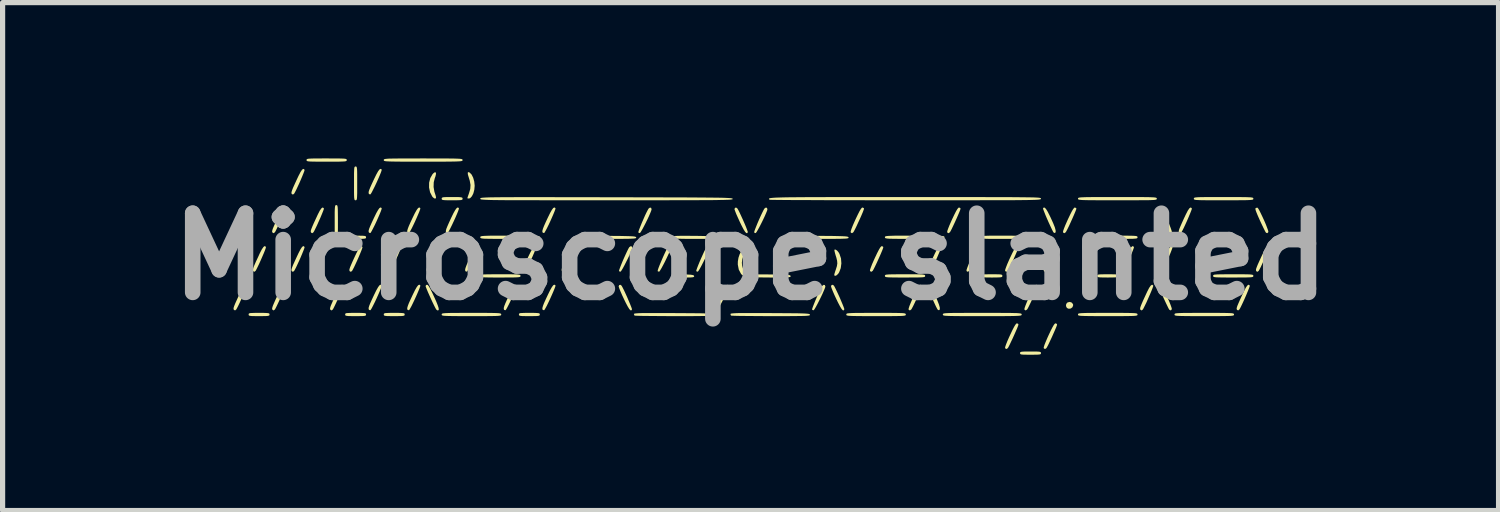
<source format=kicad_pcb>
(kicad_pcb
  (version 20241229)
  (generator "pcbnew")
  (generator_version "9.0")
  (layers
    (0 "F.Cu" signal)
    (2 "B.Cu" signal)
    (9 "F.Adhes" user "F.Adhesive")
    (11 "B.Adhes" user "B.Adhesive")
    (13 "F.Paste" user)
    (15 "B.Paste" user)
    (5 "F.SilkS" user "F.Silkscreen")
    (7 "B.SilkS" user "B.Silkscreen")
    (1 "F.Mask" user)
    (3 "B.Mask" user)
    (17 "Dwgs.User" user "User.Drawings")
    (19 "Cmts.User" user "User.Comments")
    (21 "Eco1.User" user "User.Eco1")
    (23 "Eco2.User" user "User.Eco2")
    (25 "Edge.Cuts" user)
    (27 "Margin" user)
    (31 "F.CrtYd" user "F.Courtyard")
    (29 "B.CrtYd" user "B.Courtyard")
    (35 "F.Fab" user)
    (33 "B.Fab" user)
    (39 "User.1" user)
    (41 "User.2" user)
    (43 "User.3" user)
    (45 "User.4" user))
  (footprint "Microscope slanted"
    (layer "F.Cu")
    (at 11.401 1.89)
    (property "Reference" "Microscope slanted" (at 0 0 0) (layer "F.Fab") (effects (font (size 1.524 1.524) (thickness 0.3))))
    (attr board_only exclude_from_pos_files exclude_from_bom)
    (fp_poly (pts (xy 6.184 0.886) (xy 6.208 0.917) (xy 6.211 0.936) (xy 6.198 0.974) (xy 6.166 0.999) (xy 6.127 1.005) (xy 6.091 0.99) (xy 6.09 0.988) (xy 6.072 0.952) (xy 6.077 0.912) (xy 6.103 0.882) (xy 6.104 0.882) (xy 6.147 0.873)) (stroke (width 0) (type solid)) (fill yes) (layer "F.SilkS"))
    (fp_poly (pts (xy -6.061 -1.62) (xy -6.056 -1.594) (xy -6.066 -1.548) (xy -6.08 -1.509) (xy -6.1 -1.431) (xy -6.103 -1.34) (xy -6.088 -1.251) (xy -6.08 -1.225) (xy -6.065 -1.18) (xy -6.057 -1.145) (xy -6.056 -1.136) (xy -6.065 -1.117) (xy -6.087 -1.119) (xy -6.115 -1.14) (xy -6.13 -1.158) (xy -6.171 -1.239) (xy -6.19 -1.33) (xy -6.189 -1.423) (xy -6.167 -1.51) (xy -6.125 -1.584) (xy -6.109 -1.602) (xy -6.079 -1.624)) (stroke (width 0) (type solid)) (fill yes) (layer "F.SilkS"))
    (fp_poly (pts (xy -5.408 -1.617) (xy -5.371 -1.579) (xy -5.341 -1.519) (xy -5.32 -1.444) (xy -5.312 -1.363) (xy -5.319 -1.287) (xy -5.337 -1.218) (xy -5.365 -1.162) (xy -5.397 -1.127) (xy -5.419 -1.118) (xy -5.445 -1.119) (xy -5.452 -1.126) (xy -5.447 -1.146) (xy -5.433 -1.186) (xy -5.421 -1.22) (xy -5.397 -1.302) (xy -5.392 -1.379) (xy -5.407 -1.462) (xy -5.423 -1.514) (xy -5.442 -1.577) (xy -5.446 -1.614) (xy -5.434 -1.627)) (stroke (width 0) (type solid)) (fill yes) (layer "F.SilkS"))
    (fp_poly (pts (xy 3.435 0.547) (xy 3.459 0.573) (xy 3.49 0.624) (xy 3.53 0.701) (xy 3.549 0.74) (xy 3.596 0.844) (xy 3.627 0.924) (xy 3.643 0.981) (xy 3.643 1.017) (xy 3.629 1.033) (xy 3.608 1.027) (xy 3.595 1.01) (xy 3.569 0.96) (xy 3.539 0.896) (xy 3.507 0.825) (xy 3.475 0.752) (xy 3.446 0.683) (xy 3.422 0.624) (xy 3.406 0.581) (xy 3.4 0.558) (xy 3.4 0.556) (xy 3.416 0.542)) (stroke (width 0) (type solid)) (fill yes) (layer "F.SilkS"))
    (fp_poly (pts (xy 5.666 -0.94) (xy 5.69 -0.913) (xy 5.721 -0.863) (xy 5.76 -0.786) (xy 5.779 -0.747) (xy 5.826 -0.643) (xy 5.858 -0.563) (xy 5.873 -0.506) (xy 5.874 -0.47) (xy 5.859 -0.454) (xy 5.838 -0.46) (xy 5.825 -0.477) (xy 5.8 -0.527) (xy 5.77 -0.591) (xy 5.737 -0.662) (xy 5.705 -0.735) (xy 5.676 -0.803) (xy 5.653 -0.862) (xy 5.636 -0.906) (xy 5.63 -0.929) (xy 5.631 -0.93) (xy 5.646 -0.945)) (stroke (width 0) (type solid)) (fill yes) (layer "F.SilkS"))
    (fp_poly (pts (xy -2.483 0.561) (xy -2.464 0.596) (xy -2.437 0.649) (xy -2.407 0.714) (xy -2.375 0.784) (xy -2.345 0.855) (xy -2.318 0.919) (xy -2.297 0.972) (xy -2.285 1.007) (xy -2.283 1.017) (xy -2.296 1.036) (xy -2.313 1.034) (xy -2.336 1.009) (xy -2.366 0.96) (xy -2.405 0.886) (xy -2.437 0.82) (xy -2.473 0.743) (xy -2.503 0.674) (xy -2.526 0.618) (xy -2.538 0.582) (xy -2.54 0.572) (xy -2.529 0.548) (xy -2.506 0.543)) (stroke (width 0) (type solid)) (fill yes) (layer "F.SilkS"))
    (fp_poly (pts (xy -0.253 -0.925) (xy -0.233 -0.89) (xy -0.207 -0.838) (xy -0.177 -0.773) (xy -0.145 -0.703) (xy -0.114 -0.632) (xy -0.087 -0.568) (xy -0.067 -0.515) (xy -0.055 -0.48) (xy -0.053 -0.47) (xy -0.066 -0.451) (xy -0.083 -0.453) (xy -0.106 -0.478) (xy -0.136 -0.526) (xy -0.175 -0.601) (xy -0.207 -0.667) (xy -0.242 -0.744) (xy -0.273 -0.813) (xy -0.295 -0.869) (xy -0.308 -0.905) (xy -0.31 -0.915) (xy -0.299 -0.939) (xy -0.276 -0.943)) (stroke (width 0) (type solid)) (fill yes) (layer "F.SilkS"))
    (fp_poly (pts (xy 1.606 0.561) (xy 1.625 0.596) (xy 1.651 0.649) (xy 1.682 0.714) (xy 1.714 0.784) (xy 1.744 0.855) (xy 1.771 0.919) (xy 1.792 0.972) (xy 1.804 1.007) (xy 1.805 1.017) (xy 1.793 1.036) (xy 1.776 1.034) (xy 1.753 1.009) (xy 1.723 0.96) (xy 1.684 0.886) (xy 1.652 0.82) (xy 1.616 0.743) (xy 1.586 0.674) (xy 1.563 0.618) (xy 1.551 0.582) (xy 1.549 0.572) (xy 1.559 0.548) (xy 1.583 0.543)) (stroke (width 0) (type solid)) (fill yes) (layer "F.SilkS"))
    (fp_poly (pts (xy -9.706 0.554) (xy -9.702 0.562) (xy -9.706 0.581) (xy -9.721 0.621) (xy -9.744 0.678) (xy -9.772 0.745) (xy -9.804 0.816) (xy -9.835 0.886) (xy -9.864 0.947) (xy -9.889 0.995) (xy -9.902 1.018) (xy -9.925 1.037) (xy -9.947 1.026) (xy -9.953 1.014) (xy -9.955 1.001) (xy -9.952 0.981) (xy -9.941 0.949) (xy -9.923 0.904) (xy -9.894 0.84) (xy -9.855 0.754) (xy -9.819 0.678) (xy -9.781 0.602) (xy -9.749 0.557) (xy -9.724 0.541)) (stroke (width 0) (type solid)) (fill yes) (layer "F.SilkS"))
    (fp_poly (pts (xy -9.381 1.084) (xy -9.325 1.086) (xy -9.29 1.089) (xy -9.271 1.094) (xy -9.263 1.103) (xy -9.262 1.115) (xy -9.263 1.128) (xy -9.272 1.136) (xy -9.292 1.142) (xy -9.329 1.145) (xy -9.387 1.146) (xy -9.463 1.146) (xy -9.545 1.146) (xy -9.601 1.145) (xy -9.636 1.141) (xy -9.655 1.136) (xy -9.663 1.127) (xy -9.664 1.115) (xy -9.663 1.102) (xy -9.654 1.094) (xy -9.634 1.088) (xy -9.598 1.086) (xy -9.539 1.084) (xy -9.463 1.084)) (stroke (width 0) (type solid)) (fill yes) (layer "F.SilkS"))
    (fp_poly (pts (xy -9.334 -0.189) (xy -9.331 -0.181) (xy -9.335 -0.163) (xy -9.349 -0.122) (xy -9.372 -0.065) (xy -9.401 0.002) (xy -9.432 0.073) (xy -9.463 0.142) (xy -9.493 0.204) (xy -9.517 0.252) (xy -9.53 0.275) (xy -9.553 0.293) (xy -9.575 0.283) (xy -9.582 0.27) (xy -9.583 0.257) (xy -9.58 0.237) (xy -9.57 0.206) (xy -9.551 0.16) (xy -9.523 0.096) (xy -9.483 0.011) (xy -9.448 -0.066) (xy -9.409 -0.141) (xy -9.377 -0.187) (xy -9.352 -0.203)) (stroke (width 0) (type solid)) (fill yes) (layer "F.SilkS"))
    (fp_poly (pts (xy -8.962 -0.933) (xy -8.959 -0.925) (xy -8.963 -0.906) (xy -8.978 -0.866) (xy -9 -0.809) (xy -9.029 -0.742) (xy -9.06 -0.671) (xy -9.092 -0.601) (xy -9.121 -0.54) (xy -9.145 -0.491) (xy -9.158 -0.469) (xy -9.182 -0.45) (xy -9.203 -0.461) (xy -9.21 -0.473) (xy -9.212 -0.486) (xy -9.208 -0.506) (xy -9.198 -0.538) (xy -9.179 -0.583) (xy -9.151 -0.647) (xy -9.112 -0.733) (xy -9.076 -0.809) (xy -9.037 -0.885) (xy -9.006 -0.93) (xy -8.981 -0.946)) (stroke (width 0) (type solid)) (fill yes) (layer "F.SilkS"))
    (fp_poly (pts (xy -8.962 0.554) (xy -8.959 0.562) (xy -8.963 0.581) (xy -8.978 0.621) (xy -9 0.678) (xy -9.029 0.745) (xy -9.06 0.816) (xy -9.092 0.886) (xy -9.121 0.947) (xy -9.145 0.995) (xy -9.158 1.018) (xy -9.182 1.037) (xy -9.203 1.026) (xy -9.21 1.014) (xy -9.212 1.001) (xy -9.208 0.981) (xy -9.198 0.949) (xy -9.179 0.904) (xy -9.151 0.84) (xy -9.112 0.754) (xy -9.076 0.678) (xy -9.037 0.602) (xy -9.006 0.557) (xy -8.981 0.541)) (stroke (width 0) (type solid)) (fill yes) (layer "F.SilkS"))
    (fp_poly (pts (xy -8.591 -1.676) (xy -8.587 -1.668) (xy -8.591 -1.65) (xy -8.606 -1.609) (xy -8.629 -1.552) (xy -8.657 -1.485) (xy -8.688 -1.414) (xy -8.72 -1.345) (xy -8.749 -1.283) (xy -8.774 -1.235) (xy -8.787 -1.212) (xy -8.81 -1.194) (xy -8.832 -1.204) (xy -8.838 -1.216) (xy -8.84 -1.229) (xy -8.836 -1.25) (xy -8.826 -1.281) (xy -8.808 -1.327) (xy -8.779 -1.391) (xy -8.74 -1.476) (xy -8.704 -1.553) (xy -8.665 -1.628) (xy -8.634 -1.674) (xy -8.609 -1.689)) (stroke (width 0) (type solid)) (fill yes) (layer "F.SilkS"))
    (fp_poly (pts (xy -8.591 -0.189) (xy -8.587 -0.181) (xy -8.591 -0.163) (xy -8.606 -0.122) (xy -8.629 -0.065) (xy -8.657 0.002) (xy -8.688 0.073) (xy -8.72 0.142) (xy -8.749 0.204) (xy -8.774 0.252) (xy -8.787 0.275) (xy -8.81 0.293) (xy -8.832 0.283) (xy -8.838 0.27) (xy -8.84 0.257) (xy -8.836 0.237) (xy -8.826 0.206) (xy -8.808 0.16) (xy -8.779 0.096) (xy -8.74 0.011) (xy -8.704 -0.066) (xy -8.665 -0.141) (xy -8.634 -0.187) (xy -8.609 -0.203)) (stroke (width 0) (type solid)) (fill yes) (layer "F.SilkS"))
    (fp_poly (pts (xy -8.219 -0.933) (xy -8.215 -0.925) (xy -8.219 -0.906) (xy -8.234 -0.866) (xy -8.257 -0.809) (xy -8.285 -0.742) (xy -8.317 -0.671) (xy -8.348 -0.601) (xy -8.378 -0.54) (xy -8.402 -0.491) (xy -8.415 -0.469) (xy -8.438 -0.45) (xy -8.46 -0.461) (xy -8.466 -0.473) (xy -8.468 -0.486) (xy -8.465 -0.506) (xy -8.454 -0.538) (xy -8.436 -0.583) (xy -8.408 -0.647) (xy -8.368 -0.733) (xy -8.333 -0.809) (xy -8.294 -0.885) (xy -8.262 -0.93) (xy -8.237 -0.946)) (stroke (width 0) (type solid)) (fill yes) (layer "F.SilkS"))
    (fp_poly (pts (xy -7.847 0.554) (xy -7.844 0.562) (xy -7.848 0.581) (xy -7.863 0.621) (xy -7.885 0.678) (xy -7.914 0.745) (xy -7.945 0.816) (xy -7.977 0.886) (xy -8.006 0.947) (xy -8.03 0.995) (xy -8.043 1.018) (xy -8.066 1.037) (xy -8.088 1.026) (xy -8.095 1.014) (xy -8.097 1.001) (xy -8.093 0.981) (xy -8.083 0.949) (xy -8.064 0.904) (xy -8.036 0.84) (xy -7.997 0.754) (xy -7.961 0.678) (xy -7.922 0.602) (xy -7.89 0.557) (xy -7.866 0.541)) (stroke (width 0) (type solid)) (fill yes) (layer "F.SilkS"))
    (fp_poly (pts (xy -7.522 -0.402) (xy -7.466 -0.401) (xy -7.431 -0.398) (xy -7.412 -0.392) (xy -7.405 -0.383) (xy -7.403 -0.372) (xy -7.405 -0.359) (xy -7.413 -0.35) (xy -7.433 -0.345) (xy -7.47 -0.342) (xy -7.528 -0.341) (xy -7.605 -0.341) (xy -7.687 -0.341) (xy -7.743 -0.342) (xy -7.778 -0.345) (xy -7.797 -0.351) (xy -7.804 -0.36) (xy -7.806 -0.372) (xy -7.804 -0.384) (xy -7.796 -0.393) (xy -7.776 -0.398) (xy -7.739 -0.401) (xy -7.681 -0.402) (xy -7.605 -0.403)) (stroke (width 0) (type solid)) (fill yes) (layer "F.SilkS"))
    (fp_poly (pts (xy -7.522 1.084) (xy -7.466 1.086) (xy -7.431 1.089) (xy -7.412 1.094) (xy -7.405 1.103) (xy -7.403 1.115) (xy -7.405 1.128) (xy -7.413 1.136) (xy -7.433 1.142) (xy -7.47 1.145) (xy -7.528 1.146) (xy -7.605 1.146) (xy -7.687 1.146) (xy -7.743 1.145) (xy -7.778 1.141) (xy -7.797 1.136) (xy -7.804 1.127) (xy -7.806 1.115) (xy -7.804 1.102) (xy -7.796 1.094) (xy -7.776 1.088) (xy -7.739 1.086) (xy -7.681 1.084) (xy -7.605 1.084)) (stroke (width 0) (type solid)) (fill yes) (layer "F.SilkS"))
    (fp_poly (pts (xy -7.476 -0.189) (xy -7.472 -0.181) (xy -7.476 -0.163) (xy -7.491 -0.122) (xy -7.514 -0.065) (xy -7.542 0.002) (xy -7.573 0.073) (xy -7.605 0.142) (xy -7.634 0.204) (xy -7.659 0.252) (xy -7.672 0.275) (xy -7.695 0.293) (xy -7.717 0.283) (xy -7.723 0.27) (xy -7.725 0.257) (xy -7.721 0.237) (xy -7.711 0.206) (xy -7.692 0.16) (xy -7.664 0.096) (xy -7.625 0.011) (xy -7.589 -0.066) (xy -7.55 -0.141) (xy -7.519 -0.187) (xy -7.494 -0.203)) (stroke (width 0) (type solid)) (fill yes) (layer "F.SilkS"))
    (fp_poly (pts (xy -7.108 -1.682) (xy -7.102 -1.674) (xy -7.105 -1.655) (xy -7.119 -1.615) (xy -7.142 -1.558) (xy -7.171 -1.491) (xy -7.203 -1.42) (xy -7.236 -1.35) (xy -7.268 -1.287) (xy -7.294 -1.236) (xy -7.313 -1.205) (xy -7.321 -1.197) (xy -7.344 -1.202) (xy -7.349 -1.208) (xy -7.354 -1.224) (xy -7.353 -1.247) (xy -7.343 -1.281) (xy -7.323 -1.331) (xy -7.292 -1.4) (xy -7.249 -1.492) (xy -7.206 -1.58) (xy -7.172 -1.641) (xy -7.146 -1.676) (xy -7.125 -1.689)) (stroke (width 0) (type solid)) (fill yes) (layer "F.SilkS"))
    (fp_poly (pts (xy -7.108 -0.938) (xy -7.102 -0.93) (xy -7.105 -0.912) (xy -7.119 -0.871) (xy -7.142 -0.815) (xy -7.171 -0.748) (xy -7.203 -0.676) (xy -7.236 -0.606) (xy -7.268 -0.543) (xy -7.294 -0.493) (xy -7.313 -0.461) (xy -7.321 -0.453) (xy -7.344 -0.459) (xy -7.349 -0.465) (xy -7.354 -0.48) (xy -7.353 -0.503) (xy -7.343 -0.538) (xy -7.323 -0.587) (xy -7.292 -0.657) (xy -7.249 -0.749) (xy -7.206 -0.837) (xy -7.172 -0.897) (xy -7.146 -0.933) (xy -7.125 -0.946)) (stroke (width 0) (type solid)) (fill yes) (layer "F.SilkS"))
    (fp_poly (pts (xy -7.108 0.548) (xy -7.102 0.557) (xy -7.105 0.575) (xy -7.119 0.616) (xy -7.142 0.672) (xy -7.171 0.739) (xy -7.203 0.81) (xy -7.236 0.88) (xy -7.268 0.944) (xy -7.294 0.994) (xy -7.313 1.025) (xy -7.321 1.033) (xy -7.344 1.028) (xy -7.349 1.022) (xy -7.354 1.007) (xy -7.353 0.984) (xy -7.343 0.949) (xy -7.323 0.899) (xy -7.292 0.83) (xy -7.249 0.738) (xy -7.206 0.65) (xy -7.172 0.59) (xy -7.146 0.554) (xy -7.125 0.541)) (stroke (width 0) (type solid)) (fill yes) (layer "F.SilkS"))
    (fp_poly (pts (xy -6.779 1.084) (xy -6.723 1.086) (xy -6.688 1.089) (xy -6.669 1.094) (xy -6.661 1.103) (xy -6.66 1.115) (xy -6.661 1.128) (xy -6.67 1.136) (xy -6.69 1.142) (xy -6.727 1.145) (xy -6.785 1.146) (xy -6.861 1.146) (xy -6.943 1.146) (xy -6.999 1.145) (xy -7.035 1.141) (xy -7.053 1.136) (xy -7.061 1.127) (xy -7.062 1.115) (xy -7.061 1.102) (xy -7.052 1.094) (xy -7.032 1.088) (xy -6.996 1.086) (xy -6.937 1.084) (xy -6.861 1.084)) (stroke (width 0) (type solid)) (fill yes) (layer "F.SilkS"))
    (fp_poly (pts (xy -6.736 -0.195) (xy -6.73 -0.187) (xy -6.733 -0.168) (xy -6.747 -0.128) (xy -6.77 -0.071) (xy -6.799 -0.004) (xy -6.832 0.067) (xy -6.865 0.137) (xy -6.896 0.2) (xy -6.922 0.25) (xy -6.941 0.282) (xy -6.949 0.29) (xy -6.972 0.285) (xy -6.977 0.279) (xy -6.983 0.263) (xy -6.981 0.24) (xy -6.971 0.206) (xy -6.951 0.156) (xy -6.921 0.087) (xy -6.878 -0.006) (xy -6.835 -0.093) (xy -6.801 -0.154) (xy -6.774 -0.19) (xy -6.753 -0.203)) (stroke (width 0) (type solid)) (fill yes) (layer "F.SilkS"))
    (fp_poly (pts (xy -6.364 -0.938) (xy -6.358 -0.93) (xy -6.361 -0.912) (xy -6.376 -0.871) (xy -6.399 -0.815) (xy -6.428 -0.748) (xy -6.46 -0.676) (xy -6.493 -0.606) (xy -6.524 -0.543) (xy -6.551 -0.493) (xy -6.57 -0.461) (xy -6.577 -0.453) (xy -6.6 -0.459) (xy -6.606 -0.465) (xy -6.611 -0.48) (xy -6.609 -0.503) (xy -6.599 -0.538) (xy -6.58 -0.587) (xy -6.549 -0.657) (xy -6.506 -0.749) (xy -6.463 -0.837) (xy -6.429 -0.897) (xy -6.402 -0.933) (xy -6.381 -0.946)) (stroke (width 0) (type solid)) (fill yes) (layer "F.SilkS"))
    (fp_poly (pts (xy -6.364 0.548) (xy -6.358 0.557) (xy -6.361 0.575) (xy -6.376 0.616) (xy -6.399 0.672) (xy -6.428 0.739) (xy -6.46 0.81) (xy -6.493 0.88) (xy -6.524 0.944) (xy -6.551 0.994) (xy -6.57 1.025) (xy -6.577 1.033) (xy -6.6 1.028) (xy -6.606 1.022) (xy -6.611 1.007) (xy -6.609 0.984) (xy -6.599 0.949) (xy -6.58 0.899) (xy -6.549 0.83) (xy -6.506 0.738) (xy -6.463 0.65) (xy -6.429 0.59) (xy -6.402 0.554) (xy -6.381 0.541)) (stroke (width 0) (type solid)) (fill yes) (layer "F.SilkS"))
    (fp_poly (pts (xy -6.214 0.549) (xy -6.195 0.572) (xy -6.17 0.615) (xy -6.137 0.68) (xy -6.096 0.768) (xy -6.052 0.865) (xy -6.023 0.938) (xy -6.007 0.988) (xy -6.003 1.02) (xy -6.012 1.035) (xy -6.022 1.038) (xy -6.044 1.027) (xy -6.052 1.018) (xy -6.066 0.995) (xy -6.089 0.95) (xy -6.118 0.891) (xy -6.15 0.822) (xy -6.182 0.751) (xy -6.212 0.684) (xy -6.236 0.626) (xy -6.252 0.585) (xy -6.257 0.566) (xy -6.244 0.546) (xy -6.228 0.542)) (stroke (width 0) (type solid)) (fill yes) (layer "F.SilkS"))
    (fp_poly (pts (xy -5.993 -0.195) (xy -5.987 -0.187) (xy -5.99 -0.168) (xy -6.004 -0.128) (xy -6.027 -0.071) (xy -6.056 -0.004) (xy -6.088 0.067) (xy -6.121 0.137) (xy -6.152 0.2) (xy -6.179 0.25) (xy -6.198 0.282) (xy -6.206 0.29) (xy -6.229 0.285) (xy -6.234 0.279) (xy -6.239 0.263) (xy -6.237 0.24) (xy -6.228 0.206) (xy -6.208 0.156) (xy -6.177 0.087) (xy -6.134 -0.006) (xy -6.091 -0.093) (xy -6.057 -0.154) (xy -6.031 -0.19) (xy -6.01 -0.203)) (stroke (width 0) (type solid)) (fill yes) (layer "F.SilkS"))
    (fp_poly (pts (xy -5.664 -1.146) (xy -5.608 -1.145) (xy -5.573 -1.141) (xy -5.554 -1.136) (xy -5.546 -1.127) (xy -5.545 -1.115) (xy -5.546 -1.102) (xy -5.555 -1.094) (xy -5.575 -1.088) (xy -5.611 -1.086) (xy -5.67 -1.084) (xy -5.746 -1.084) (xy -5.828 -1.084) (xy -5.884 -1.086) (xy -5.919 -1.089) (xy -5.938 -1.094) (xy -5.946 -1.103) (xy -5.947 -1.115) (xy -5.946 -1.128) (xy -5.937 -1.136) (xy -5.917 -1.142) (xy -5.881 -1.145) (xy -5.822 -1.146) (xy -5.746 -1.146)) (stroke (width 0) (type solid)) (fill yes) (layer "F.SilkS"))
    (fp_poly (pts (xy -5.621 -0.938) (xy -5.615 -0.93) (xy -5.618 -0.912) (xy -5.632 -0.871) (xy -5.655 -0.815) (xy -5.684 -0.748) (xy -5.717 -0.676) (xy -5.75 -0.606) (xy -5.781 -0.543) (xy -5.807 -0.493) (xy -5.826 -0.461) (xy -5.834 -0.453) (xy -5.857 -0.459) (xy -5.862 -0.465) (xy -5.867 -0.48) (xy -5.866 -0.503) (xy -5.856 -0.538) (xy -5.836 -0.587) (xy -5.805 -0.657) (xy -5.763 -0.749) (xy -5.72 -0.837) (xy -5.686 -0.897) (xy -5.659 -0.933) (xy -5.638 -0.946)) (stroke (width 0) (type solid)) (fill yes) (layer "F.SilkS"))
    (fp_poly (pts (xy -5.249 -0.195) (xy -5.243 -0.187) (xy -5.246 -0.168) (xy -5.261 -0.128) (xy -5.284 -0.071) (xy -5.313 -0.004) (xy -5.345 0.067) (xy -5.378 0.137) (xy -5.409 0.2) (xy -5.435 0.25) (xy -5.455 0.282) (xy -5.462 0.29) (xy -5.485 0.285) (xy -5.49 0.279) (xy -5.496 0.263) (xy -5.494 0.24) (xy -5.484 0.206) (xy -5.465 0.156) (xy -5.434 0.087) (xy -5.391 -0.006) (xy -5.348 -0.093) (xy -5.314 -0.154) (xy -5.287 -0.19) (xy -5.266 -0.203)) (stroke (width 0) (type solid)) (fill yes) (layer "F.SilkS"))
    (fp_poly (pts (xy -4.506 0.548) (xy -4.5 0.557) (xy -4.503 0.575) (xy -4.517 0.616) (xy -4.54 0.672) (xy -4.569 0.739) (xy -4.601 0.81) (xy -4.634 0.88) (xy -4.666 0.944) (xy -4.692 0.994) (xy -4.711 1.025) (xy -4.719 1.033) (xy -4.742 1.028) (xy -4.747 1.022) (xy -4.752 1.007) (xy -4.751 0.984) (xy -4.741 0.949) (xy -4.721 0.899) (xy -4.69 0.83) (xy -4.647 0.738) (xy -4.604 0.65) (xy -4.571 0.59) (xy -4.544 0.554) (xy -4.523 0.541)) (stroke (width 0) (type solid)) (fill yes) (layer "F.SilkS"))
    (fp_poly (pts (xy -4.177 1.084) (xy -4.121 1.086) (xy -4.086 1.089) (xy -4.067 1.094) (xy -4.059 1.103) (xy -4.058 1.115) (xy -4.06 1.128) (xy -4.068 1.136) (xy -4.088 1.142) (xy -4.125 1.145) (xy -4.183 1.146) (xy -4.259 1.146) (xy -4.341 1.146) (xy -4.398 1.145) (xy -4.433 1.141) (xy -4.451 1.136) (xy -4.459 1.127) (xy -4.46 1.115) (xy -4.459 1.102) (xy -4.45 1.094) (xy -4.43 1.088) (xy -4.394 1.086) (xy -4.336 1.084) (xy -4.259 1.084)) (stroke (width 0) (type solid)) (fill yes) (layer "F.SilkS"))
    (fp_poly (pts (xy -4.134 -0.195) (xy -4.128 -0.187) (xy -4.131 -0.168) (xy -4.145 -0.128) (xy -4.168 -0.071) (xy -4.197 -0.004) (xy -4.23 0.067) (xy -4.263 0.137) (xy -4.294 0.2) (xy -4.32 0.25) (xy -4.34 0.282) (xy -4.347 0.29) (xy -4.37 0.285) (xy -4.375 0.279) (xy -4.381 0.263) (xy -4.379 0.24) (xy -4.369 0.206) (xy -4.349 0.156) (xy -4.319 0.087) (xy -4.276 -0.006) (xy -4.233 -0.093) (xy -4.199 -0.154) (xy -4.172 -0.19) (xy -4.151 -0.203)) (stroke (width 0) (type solid)) (fill yes) (layer "F.SilkS"))
    (fp_poly (pts (xy -3.762 -0.938) (xy -3.756 -0.93) (xy -3.759 -0.912) (xy -3.774 -0.871) (xy -3.797 -0.815) (xy -3.826 -0.748) (xy -3.858 -0.676) (xy -3.891 -0.606) (xy -3.922 -0.543) (xy -3.949 -0.493) (xy -3.968 -0.461) (xy -3.975 -0.453) (xy -3.998 -0.459) (xy -4.004 -0.465) (xy -4.009 -0.48) (xy -4.007 -0.503) (xy -3.997 -0.538) (xy -3.978 -0.587) (xy -3.947 -0.657) (xy -3.904 -0.749) (xy -3.861 -0.837) (xy -3.827 -0.897) (xy -3.801 -0.933) (xy -3.78 -0.946)) (stroke (width 0) (type solid)) (fill yes) (layer "F.SilkS"))
    (fp_poly (pts (xy -3.762 0.548) (xy -3.756 0.557) (xy -3.759 0.575) (xy -3.774 0.616) (xy -3.797 0.672) (xy -3.826 0.739) (xy -3.858 0.81) (xy -3.891 0.88) (xy -3.922 0.944) (xy -3.949 0.994) (xy -3.968 1.025) (xy -3.975 1.033) (xy -3.998 1.028) (xy -4.004 1.022) (xy -4.009 1.007) (xy -4.007 0.984) (xy -3.997 0.949) (xy -3.978 0.899) (xy -3.947 0.83) (xy -3.904 0.738) (xy -3.861 0.65) (xy -3.827 0.59) (xy -3.801 0.554) (xy -3.78 0.541)) (stroke (width 0) (type solid)) (fill yes) (layer "F.SilkS"))
    (fp_poly (pts (xy -3.391 -0.195) (xy -3.385 -0.187) (xy -3.388 -0.168) (xy -3.402 -0.128) (xy -3.425 -0.071) (xy -3.454 -0.004) (xy -3.486 0.067) (xy -3.519 0.137) (xy -3.55 0.2) (xy -3.577 0.25) (xy -3.596 0.282) (xy -3.604 0.29) (xy -3.627 0.285) (xy -3.632 0.279) (xy -3.637 0.263) (xy -3.636 0.24) (xy -3.626 0.206) (xy -3.606 0.156) (xy -3.575 0.087) (xy -3.532 -0.006) (xy -3.489 -0.093) (xy -3.455 -0.154) (xy -3.429 -0.19) (xy -3.408 -0.203)) (stroke (width 0) (type solid)) (fill yes) (layer "F.SilkS"))
    (fp_poly (pts (xy -1.297 0.344) (xy -1.213 0.346) (xy -1.155 0.349) (xy -1.119 0.354) (xy -1.098 0.36) (xy -1.089 0.37) (xy -1.087 0.376) (xy -1.087 0.387) (xy -1.097 0.394) (xy -1.12 0.399) (xy -1.161 0.402) (xy -1.225 0.403) (xy -1.282 0.403) (xy -1.358 0.402) (xy -1.422 0.4) (xy -1.468 0.397) (xy -1.491 0.393) (xy -1.492 0.392) (xy -1.502 0.369) (xy -1.502 0.361) (xy -1.497 0.352) (xy -1.477 0.347) (xy -1.438 0.344) (xy -1.377 0.343)) (stroke (width 0) (type solid)) (fill yes) (layer "F.SilkS"))
    (fp_poly (pts (xy -0.115 -0.126) (xy -0.118 -0.089) (xy -0.137 -0.025) (xy -0.137 -0.023) (xy -0.16 0.055) (xy -0.168 0.118) (xy -0.163 0.175) (xy -0.144 0.24) (xy -0.139 0.252) (xy -0.122 0.3) (xy -0.111 0.338) (xy -0.108 0.352) (xy -0.118 0.37) (xy -0.141 0.368) (xy -0.171 0.347) (xy -0.184 0.332) (xy -0.227 0.252) (xy -0.246 0.154) (xy -0.245 0.094) (xy -0.233 0.022) (xy -0.21 -0.046) (xy -0.18 -0.101) (xy -0.151 -0.13) (xy -0.125 -0.14)) (stroke (width 0) (type solid)) (fill yes) (layer "F.SilkS"))
    (fp_poly (pts (xy 2.179 -0.934) (xy 2.184 -0.921) (xy 2.177 -0.899) (xy 2.161 -0.856) (xy 2.136 -0.797) (xy 2.106 -0.729) (xy 2.073 -0.658) (xy 2.042 -0.59) (xy 2.013 -0.531) (xy 1.991 -0.489) (xy 1.979 -0.469) (xy 1.953 -0.45) (xy 1.932 -0.461) (xy 1.926 -0.472) (xy 1.93 -0.493) (xy 1.944 -0.537) (xy 1.968 -0.598) (xy 2 -0.671) (xy 2.022 -0.72) (xy 2.065 -0.81) (xy 2.098 -0.875) (xy 2.123 -0.916) (xy 2.142 -0.939) (xy 2.155 -0.945)) (stroke (width 0) (type solid)) (fill yes) (layer "F.SilkS"))
    (fp_poly (pts (xy 2.551 -0.191) (xy 2.555 -0.177) (xy 2.549 -0.156) (xy 2.532 -0.112) (xy 2.507 -0.053) (xy 2.477 0.015) (xy 2.445 0.086) (xy 2.414 0.153) (xy 2.385 0.212) (xy 2.363 0.255) (xy 2.351 0.275) (xy 2.325 0.293) (xy 2.303 0.282) (xy 2.298 0.272) (xy 2.301 0.25) (xy 2.316 0.207) (xy 2.34 0.145) (xy 2.372 0.072) (xy 2.394 0.024) (xy 2.437 -0.067) (xy 2.47 -0.131) (xy 2.495 -0.173) (xy 2.514 -0.195) (xy 2.527 -0.201)) (stroke (width 0) (type solid)) (fill yes) (layer "F.SilkS"))
    (fp_poly (pts (xy 3.294 0.553) (xy 3.299 0.566) (xy 3.293 0.588) (xy 3.276 0.631) (xy 3.251 0.69) (xy 3.221 0.758) (xy 3.189 0.829) (xy 3.157 0.897) (xy 3.129 0.955) (xy 3.106 0.998) (xy 3.094 1.018) (xy 3.068 1.037) (xy 3.047 1.026) (xy 3.041 1.015) (xy 3.045 0.994) (xy 3.059 0.95) (xy 3.084 0.889) (xy 3.115 0.816) (xy 3.137 0.767) (xy 3.18 0.677) (xy 3.213 0.612) (xy 3.239 0.57) (xy 3.257 0.548) (xy 3.27 0.542)) (stroke (width 0) (type solid)) (fill yes) (layer "F.SilkS"))
    (fp_poly (pts (xy 3.666 -0.191) (xy 3.671 -0.177) (xy 3.664 -0.156) (xy 3.647 -0.112) (xy 3.622 -0.053) (xy 3.593 0.015) (xy 3.56 0.086) (xy 3.529 0.153) (xy 3.5 0.212) (xy 3.478 0.255) (xy 3.466 0.275) (xy 3.44 0.293) (xy 3.418 0.282) (xy 3.413 0.272) (xy 3.416 0.25) (xy 3.431 0.207) (xy 3.455 0.145) (xy 3.487 0.072) (xy 3.509 0.024) (xy 3.552 -0.067) (xy 3.585 -0.131) (xy 3.61 -0.173) (xy 3.629 -0.195) (xy 3.642 -0.201)) (stroke (width 0) (type solid)) (fill yes) (layer "F.SilkS"))
    (fp_poly (pts (xy 4.038 -0.934) (xy 4.042 -0.921) (xy 4.036 -0.899) (xy 4.019 -0.856) (xy 3.994 -0.797) (xy 3.964 -0.729) (xy 3.932 -0.658) (xy 3.9 -0.59) (xy 3.872 -0.531) (xy 3.85 -0.489) (xy 3.838 -0.469) (xy 3.811 -0.45) (xy 3.79 -0.461) (xy 3.785 -0.472) (xy 3.788 -0.493) (xy 3.803 -0.537) (xy 3.827 -0.598) (xy 3.859 -0.671) (xy 3.881 -0.72) (xy 3.924 -0.81) (xy 3.957 -0.875) (xy 3.982 -0.916) (xy 4.001 -0.939) (xy 4.014 -0.945)) (stroke (width 0) (type solid)) (fill yes) (layer "F.SilkS"))
    (fp_poly (pts (xy 4.409 -0.191) (xy 4.414 -0.177) (xy 4.408 -0.156) (xy 4.391 -0.112) (xy 4.366 -0.053) (xy 4.336 0.015) (xy 4.304 0.086) (xy 4.272 0.153) (xy 4.244 0.212) (xy 4.222 0.255) (xy 4.209 0.275) (xy 4.183 0.293) (xy 4.162 0.282) (xy 4.157 0.272) (xy 4.16 0.25) (xy 4.175 0.207) (xy 4.199 0.145) (xy 4.23 0.072) (xy 4.253 0.024) (xy 4.295 -0.067) (xy 4.329 -0.131) (xy 4.354 -0.173) (xy 4.373 -0.195) (xy 4.386 -0.201)) (stroke (width 0) (type solid)) (fill yes) (layer "F.SilkS"))
    (fp_poly (pts (xy 4.729 0.341) (xy 4.785 0.342) (xy 4.82 0.345) (xy 4.839 0.351) (xy 4.846 0.36) (xy 4.848 0.372) (xy 4.846 0.384) (xy 4.838 0.393) (xy 4.818 0.398) (xy 4.781 0.401) (xy 4.723 0.402) (xy 4.646 0.403) (xy 4.564 0.402) (xy 4.508 0.401) (xy 4.473 0.398) (xy 4.454 0.392) (xy 4.446 0.383) (xy 4.445 0.372) (xy 4.447 0.359) (xy 4.455 0.35) (xy 4.475 0.345) (xy 4.512 0.342) (xy 4.57 0.341) (xy 4.646 0.341)) (stroke (width 0) (type solid)) (fill yes) (layer "F.SilkS"))
    (fp_poly (pts (xy 5.153 -0.191) (xy 5.157 -0.177) (xy 5.151 -0.156) (xy 5.134 -0.112) (xy 5.109 -0.053) (xy 5.079 0.015) (xy 5.047 0.086) (xy 5.015 0.153) (xy 4.987 0.212) (xy 4.965 0.255) (xy 4.953 0.275) (xy 4.927 0.293) (xy 4.905 0.282) (xy 4.9 0.272) (xy 4.903 0.25) (xy 4.918 0.207) (xy 4.942 0.145) (xy 4.974 0.072) (xy 4.996 0.024) (xy 5.039 -0.067) (xy 5.072 -0.131) (xy 5.097 -0.173) (xy 5.116 -0.195) (xy 5.129 -0.201)) (stroke (width 0) (type solid)) (fill yes) (layer "F.SilkS"))
    (fp_poly (pts (xy 5.153 1.296) (xy 5.157 1.31) (xy 5.151 1.331) (xy 5.134 1.375) (xy 5.109 1.433) (xy 5.079 1.501) (xy 5.047 1.572) (xy 5.015 1.64) (xy 4.987 1.699) (xy 4.965 1.742) (xy 4.953 1.762) (xy 4.927 1.78) (xy 4.905 1.769) (xy 4.9 1.758) (xy 4.903 1.737) (xy 4.918 1.693) (xy 4.942 1.632) (xy 4.974 1.559) (xy 4.996 1.511) (xy 5.039 1.42) (xy 5.072 1.356) (xy 5.097 1.314) (xy 5.116 1.291) (xy 5.129 1.285)) (stroke (width 0) (type solid)) (fill yes) (layer "F.SilkS"))
    (fp_poly (pts (xy 5.472 1.828) (xy 5.528 1.829) (xy 5.563 1.832) (xy 5.582 1.838) (xy 5.59 1.847) (xy 5.591 1.859) (xy 5.589 1.871) (xy 5.581 1.88) (xy 5.561 1.885) (xy 5.524 1.888) (xy 5.466 1.889) (xy 5.39 1.89) (xy 5.308 1.889) (xy 5.251 1.888) (xy 5.216 1.885) (xy 5.197 1.879) (xy 5.19 1.87) (xy 5.188 1.859) (xy 5.19 1.846) (xy 5.199 1.837) (xy 5.219 1.832) (xy 5.255 1.829) (xy 5.313 1.828) (xy 5.39 1.828)) (stroke (width 0) (type solid)) (fill yes) (layer "F.SilkS"))
    (fp_poly (pts (xy 5.524 0.553) (xy 5.529 0.566) (xy 5.523 0.588) (xy 5.506 0.631) (xy 5.481 0.69) (xy 5.451 0.758) (xy 5.419 0.829) (xy 5.387 0.897) (xy 5.359 0.955) (xy 5.337 0.998) (xy 5.324 1.018) (xy 5.298 1.037) (xy 5.277 1.026) (xy 5.272 1.015) (xy 5.275 0.994) (xy 5.29 0.95) (xy 5.314 0.889) (xy 5.345 0.816) (xy 5.368 0.767) (xy 5.411 0.677) (xy 5.444 0.612) (xy 5.469 0.57) (xy 5.488 0.548) (xy 5.501 0.542)) (stroke (width 0) (type solid)) (fill yes) (layer "F.SilkS"))
    (fp_poly (pts (xy 5.896 -0.191) (xy 5.901 -0.177) (xy 5.895 -0.156) (xy 5.878 -0.112) (xy 5.853 -0.053) (xy 5.823 0.015) (xy 5.791 0.086) (xy 5.759 0.153) (xy 5.731 0.212) (xy 5.708 0.255) (xy 5.696 0.275) (xy 5.67 0.293) (xy 5.649 0.282) (xy 5.643 0.272) (xy 5.647 0.25) (xy 5.661 0.207) (xy 5.686 0.145) (xy 5.717 0.072) (xy 5.739 0.024) (xy 5.782 -0.067) (xy 5.815 -0.131) (xy 5.84 -0.173) (xy 5.859 -0.195) (xy 5.872 -0.201)) (stroke (width 0) (type solid)) (fill yes) (layer "F.SilkS"))
    (fp_poly (pts (xy 5.896 1.296) (xy 5.901 1.31) (xy 5.895 1.331) (xy 5.878 1.375) (xy 5.853 1.433) (xy 5.823 1.501) (xy 5.791 1.572) (xy 5.759 1.64) (xy 5.731 1.699) (xy 5.708 1.742) (xy 5.696 1.762) (xy 5.67 1.78) (xy 5.649 1.769) (xy 5.643 1.758) (xy 5.647 1.737) (xy 5.661 1.693) (xy 5.686 1.632) (xy 5.717 1.559) (xy 5.739 1.511) (xy 5.782 1.42) (xy 5.815 1.356) (xy 5.84 1.314) (xy 5.859 1.291) (xy 5.872 1.285)) (stroke (width 0) (type solid)) (fill yes) (layer "F.SilkS"))
    (fp_poly (pts (xy 6.268 -0.934) (xy 6.273 -0.921) (xy 6.266 -0.899) (xy 6.249 -0.856) (xy 6.224 -0.797) (xy 6.194 -0.729) (xy 6.162 -0.658) (xy 6.131 -0.59) (xy 6.102 -0.531) (xy 6.08 -0.489) (xy 6.068 -0.469) (xy 6.042 -0.45) (xy 6.02 -0.461) (xy 6.015 -0.472) (xy 6.018 -0.493) (xy 6.033 -0.537) (xy 6.057 -0.598) (xy 6.089 -0.671) (xy 6.111 -0.72) (xy 6.154 -0.81) (xy 6.187 -0.875) (xy 6.212 -0.916) (xy 6.231 -0.939) (xy 6.244 -0.945)) (stroke (width 0) (type solid)) (fill yes) (layer "F.SilkS"))
    (fp_poly (pts (xy 6.634 -0.189) (xy 6.637 -0.181) (xy 6.633 -0.163) (xy 6.619 -0.122) (xy 6.596 -0.065) (xy 6.567 0.002) (xy 6.536 0.073) (xy 6.505 0.142) (xy 6.475 0.204) (xy 6.451 0.252) (xy 6.438 0.275) (xy 6.415 0.293) (xy 6.393 0.283) (xy 6.386 0.27) (xy 6.385 0.257) (xy 6.388 0.237) (xy 6.398 0.206) (xy 6.417 0.16) (xy 6.445 0.096) (xy 6.485 0.011) (xy 6.52 -0.066) (xy 6.559 -0.141) (xy 6.591 -0.187) (xy 6.616 -0.203)) (stroke (width 0) (type solid)) (fill yes) (layer "F.SilkS"))
    (fp_poly (pts (xy 6.959 0.341) (xy 7.015 0.342) (xy 7.05 0.345) (xy 7.069 0.351) (xy 7.077 0.36) (xy 7.078 0.372) (xy 7.076 0.384) (xy 7.068 0.393) (xy 7.048 0.398) (xy 7.011 0.401) (xy 6.953 0.402) (xy 6.877 0.403) (xy 6.794 0.402) (xy 6.738 0.401) (xy 6.703 0.398) (xy 6.684 0.392) (xy 6.677 0.383) (xy 6.675 0.372) (xy 6.677 0.359) (xy 6.685 0.35) (xy 6.705 0.345) (xy 6.742 0.342) (xy 6.8 0.341) (xy 6.877 0.341)) (stroke (width 0) (type solid)) (fill yes) (layer "F.SilkS"))
    (fp_poly (pts (xy 7.377 -0.189) (xy 7.381 -0.181) (xy 7.377 -0.163) (xy 7.362 -0.122) (xy 7.339 -0.065) (xy 7.311 0.002) (xy 7.28 0.073) (xy 7.248 0.142) (xy 7.219 0.204) (xy 7.194 0.252) (xy 7.181 0.275) (xy 7.158 0.293) (xy 7.136 0.283) (xy 7.13 0.27) (xy 7.128 0.257) (xy 7.131 0.237) (xy 7.142 0.206) (xy 7.16 0.16) (xy 7.189 0.096) (xy 7.228 0.011) (xy 7.264 -0.066) (xy 7.302 -0.141) (xy 7.334 -0.187) (xy 7.359 -0.203)) (stroke (width 0) (type solid)) (fill yes) (layer "F.SilkS"))
    (fp_poly (pts (xy 7.749 0.554) (xy 7.753 0.562) (xy 7.748 0.581) (xy 7.734 0.621) (xy 7.711 0.678) (xy 7.682 0.745) (xy 7.651 0.816) (xy 7.62 0.886) (xy 7.59 0.947) (xy 7.566 0.995) (xy 7.553 1.018) (xy 7.53 1.037) (xy 7.508 1.026) (xy 7.501 1.014) (xy 7.5 1.001) (xy 7.503 0.981) (xy 7.514 0.949) (xy 7.532 0.904) (xy 7.56 0.84) (xy 7.6 0.754) (xy 7.635 0.678) (xy 7.674 0.602) (xy 7.706 0.557) (xy 7.731 0.541)) (stroke (width 0) (type solid)) (fill yes) (layer "F.SilkS"))
    (fp_poly (pts (xy 8.121 -0.189) (xy 8.124 -0.181) (xy 8.12 -0.163) (xy 8.105 -0.122) (xy 8.083 -0.065) (xy 8.054 0.002) (xy 8.023 0.073) (xy 7.991 0.142) (xy 7.962 0.204) (xy 7.938 0.252) (xy 7.925 0.275) (xy 7.902 0.293) (xy 7.88 0.283) (xy 7.873 0.27) (xy 7.871 0.257) (xy 7.875 0.237) (xy 7.885 0.206) (xy 7.904 0.16) (xy 7.932 0.096) (xy 7.971 0.011) (xy 8.007 -0.066) (xy 8.046 -0.141) (xy 8.078 -0.187) (xy 8.102 -0.203)) (stroke (width 0) (type solid)) (fill yes) (layer "F.SilkS"))
    (fp_poly (pts (xy 8.492 -0.933) (xy 8.496 -0.925) (xy 8.492 -0.906) (xy 8.477 -0.866) (xy 8.454 -0.809) (xy 8.426 -0.742) (xy 8.395 -0.671) (xy 8.363 -0.601) (xy 8.334 -0.54) (xy 8.309 -0.491) (xy 8.296 -0.469) (xy 8.273 -0.45) (xy 8.251 -0.461) (xy 8.245 -0.473) (xy 8.243 -0.486) (xy 8.247 -0.506) (xy 8.257 -0.538) (xy 8.276 -0.583) (xy 8.304 -0.647) (xy 8.343 -0.733) (xy 8.379 -0.809) (xy 8.418 -0.885) (xy 8.449 -0.93) (xy 8.474 -0.946)) (stroke (width 0) (type solid)) (fill yes) (layer "F.SilkS"))
    (fp_poly (pts (xy 9.189 -0.402) (xy 9.245 -0.401) (xy 9.28 -0.398) (xy 9.299 -0.392) (xy 9.307 -0.383) (xy 9.308 -0.372) (xy 9.306 -0.359) (xy 9.298 -0.35) (xy 9.278 -0.345) (xy 9.241 -0.342) (xy 9.183 -0.341) (xy 9.107 -0.341) (xy 9.025 -0.341) (xy 8.968 -0.342) (xy 8.933 -0.345) (xy 8.915 -0.351) (xy 8.907 -0.36) (xy 8.905 -0.372) (xy 8.907 -0.384) (xy 8.916 -0.393) (xy 8.936 -0.398) (xy 8.972 -0.401) (xy 9.03 -0.402) (xy 9.107 -0.403)) (stroke (width 0) (type solid)) (fill yes) (layer "F.SilkS"))
    (fp_poly (pts (xy 9.608 0.554) (xy 9.611 0.562) (xy 9.607 0.581) (xy 9.592 0.621) (xy 9.569 0.678) (xy 9.541 0.745) (xy 9.51 0.816) (xy 9.478 0.886) (xy 9.449 0.947) (xy 9.425 0.995) (xy 9.411 1.018) (xy 9.388 1.037) (xy 9.366 1.026) (xy 9.36 1.014) (xy 9.358 1.001) (xy 9.362 0.981) (xy 9.372 0.949) (xy 9.391 0.904) (xy 9.419 0.84) (xy 9.458 0.754) (xy 9.494 0.678) (xy 9.533 0.602) (xy 9.564 0.557) (xy 9.589 0.541)) (stroke (width 0) (type solid)) (fill yes) (layer "F.SilkS"))
    (fp_poly (pts (xy 9.979 -0.189) (xy 9.983 -0.181) (xy 9.979 -0.163) (xy 9.964 -0.122) (xy 9.941 -0.065) (xy 9.913 0.002) (xy 9.881 0.073) (xy 9.85 0.142) (xy 9.821 0.204) (xy 9.796 0.252) (xy 9.783 0.275) (xy 9.76 0.293) (xy 9.738 0.283) (xy 9.732 0.27) (xy 9.73 0.257) (xy 9.733 0.237) (xy 9.744 0.206) (xy 9.762 0.16) (xy 9.791 0.096) (xy 9.83 0.011) (xy 9.866 -0.066) (xy 9.904 -0.141) (xy 9.936 -0.187) (xy 9.961 -0.203)) (stroke (width 0) (type solid)) (fill yes) (layer "F.SilkS"))
    (fp_poly (pts (xy -2.286 -0.194) (xy -2.277 -0.166) (xy -2.284 -0.14) (xy -2.303 -0.094) (xy -2.329 -0.034) (xy -2.361 0.034) (xy -2.396 0.104) (xy -2.43 0.171) (xy -2.461 0.228) (xy -2.486 0.269) (xy -2.502 0.29) (xy -2.504 0.291) (xy -2.527 0.285) (xy -2.533 0.278) (xy -2.53 0.26) (xy -2.516 0.22) (xy -2.494 0.163) (xy -2.467 0.097) (xy -2.436 0.026) (xy -2.405 -0.043) (xy -2.376 -0.105) (xy -2.352 -0.153) (xy -2.335 -0.181) (xy -2.334 -0.182) (xy -2.308 -0.2)) (stroke (width 0) (type solid)) (fill yes) (layer "F.SilkS"))
    (fp_poly (pts (xy -1.914 -0.937) (xy -1.906 -0.91) (xy -1.913 -0.884) (xy -1.931 -0.838) (xy -1.957 -0.778) (xy -1.989 -0.71) (xy -2.024 -0.639) (xy -2.058 -0.573) (xy -2.089 -0.516) (xy -2.114 -0.474) (xy -2.13 -0.453) (xy -2.132 -0.452) (xy -2.155 -0.459) (xy -2.161 -0.465) (xy -2.158 -0.483) (xy -2.144 -0.524) (xy -2.122 -0.58) (xy -2.095 -0.647) (xy -2.064 -0.718) (xy -2.034 -0.787) (xy -2.005 -0.848) (xy -1.98 -0.896) (xy -1.963 -0.925) (xy -1.963 -0.925) (xy -1.936 -0.944)) (stroke (width 0) (type solid)) (fill yes) (layer "F.SilkS"))
    (fp_poly (pts (xy -1.542 -0.194) (xy -1.534 -0.166) (xy -1.541 -0.14) (xy -1.559 -0.094) (xy -1.586 -0.034) (xy -1.618 0.034) (xy -1.652 0.104) (xy -1.687 0.171) (xy -1.718 0.228) (xy -1.743 0.269) (xy -1.758 0.29) (xy -1.76 0.291) (xy -1.784 0.285) (xy -1.789 0.278) (xy -1.786 0.26) (xy -1.773 0.22) (xy -1.751 0.163) (xy -1.723 0.097) (xy -1.693 0.026) (xy -1.662 -0.043) (xy -1.633 -0.105) (xy -1.609 -0.153) (xy -1.592 -0.181) (xy -1.591 -0.182) (xy -1.565 -0.2)) (stroke (width 0) (type solid)) (fill yes) (layer "F.SilkS"))
    (fp_poly (pts (xy -0.799 -0.194) (xy -0.791 -0.166) (xy -0.798 -0.14) (xy -0.816 -0.094) (xy -0.842 -0.034) (xy -0.874 0.034) (xy -0.909 0.104) (xy -0.943 0.171) (xy -0.974 0.228) (xy -0.999 0.269) (xy -1.015 0.29) (xy -1.017 0.291) (xy -1.04 0.285) (xy -1.046 0.278) (xy -1.043 0.26) (xy -1.029 0.22) (xy -1.007 0.163) (xy -0.98 0.097) (xy -0.949 0.026) (xy -0.918 -0.043) (xy -0.89 -0.105) (xy -0.865 -0.153) (xy -0.848 -0.181) (xy -0.848 -0.182) (xy -0.821 -0.2)) (stroke (width 0) (type solid)) (fill yes) (layer "F.SilkS"))
    (fp_poly (pts (xy -0.427 0.55) (xy -0.419 0.577) (xy -0.426 0.603) (xy -0.444 0.649) (xy -0.471 0.709) (xy -0.503 0.777) (xy -0.537 0.847) (xy -0.572 0.914) (xy -0.603 0.971) (xy -0.627 1.013) (xy -0.643 1.033) (xy -0.645 1.034) (xy -0.669 1.028) (xy -0.674 1.022) (xy -0.671 1.003) (xy -0.657 0.963) (xy -0.636 0.907) (xy -0.608 0.84) (xy -0.578 0.769) (xy -0.547 0.7) (xy -0.518 0.639) (xy -0.494 0.591) (xy -0.476 0.562) (xy -0.476 0.561) (xy -0.45 0.543)) (stroke (width 0) (type solid)) (fill yes) (layer "F.SilkS"))
    (fp_poly (pts (xy 0.316 -0.937) (xy 0.324 -0.91) (xy 0.318 -0.884) (xy 0.299 -0.838) (xy 0.273 -0.778) (xy 0.241 -0.71) (xy 0.206 -0.639) (xy 0.172 -0.573) (xy 0.141 -0.516) (xy 0.116 -0.474) (xy 0.1 -0.453) (xy 0.098 -0.452) (xy 0.075 -0.459) (xy 0.069 -0.465) (xy 0.072 -0.483) (xy 0.086 -0.524) (xy 0.108 -0.58) (xy 0.135 -0.647) (xy 0.166 -0.718) (xy 0.197 -0.787) (xy 0.226 -0.848) (xy 0.25 -0.896) (xy 0.267 -0.925) (xy 0.267 -0.925) (xy 0.294 -0.944)) (stroke (width 0) (type solid)) (fill yes) (layer "F.SilkS"))
    (fp_poly (pts (xy 1.431 0.55) (xy 1.44 0.577) (xy 1.433 0.603) (xy 1.414 0.649) (xy 1.388 0.709) (xy 1.356 0.777) (xy 1.321 0.847) (xy 1.287 0.914) (xy 1.256 0.971) (xy 1.231 1.013) (xy 1.215 1.033) (xy 1.213 1.034) (xy 1.19 1.028) (xy 1.185 1.022) (xy 1.187 1.003) (xy 1.201 0.963) (xy 1.223 0.907) (xy 1.25 0.84) (xy 1.281 0.769) (xy 1.312 0.7) (xy 1.341 0.639) (xy 1.365 0.591) (xy 1.382 0.562) (xy 1.383 0.561) (xy 1.409 0.543)) (stroke (width 0) (type solid)) (fill yes) (layer "F.SilkS"))
    (fp_poly (pts (xy 1.665 -0.116) (xy 1.695 -0.081) (xy 1.712 -0.051) (xy 1.741 0.036) (xy 1.748 0.131) (xy 1.736 0.223) (xy 1.705 0.303) (xy 1.686 0.332) (xy 1.657 0.36) (xy 1.63 0.371) (xy 1.613 0.364) (xy 1.611 0.352) (xy 1.616 0.328) (xy 1.629 0.285) (xy 1.642 0.248) (xy 1.662 0.184) (xy 1.67 0.132) (xy 1.666 0.08) (xy 1.651 0.018) (xy 1.639 -0.019) (xy 1.624 -0.072) (xy 1.615 -0.112) (xy 1.614 -0.132) (xy 1.614 -0.133) (xy 1.636 -0.135)) (stroke (width 0) (type solid)) (fill yes) (layer "F.SilkS"))
    (fp_poly (pts (xy 7.902 -0.941) (xy 7.916 -0.923) (xy 7.939 -0.883) (xy 7.968 -0.827) (xy 8 -0.76) (xy 8.032 -0.688) (xy 8.062 -0.618) (xy 8.087 -0.555) (xy 8.104 -0.506) (xy 8.111 -0.477) (xy 8.11 -0.473) (xy 8.092 -0.451) (xy 8.068 -0.458) (xy 8.059 -0.469) (xy 8.047 -0.489) (xy 8.026 -0.532) (xy 7.997 -0.592) (xy 7.963 -0.664) (xy 7.946 -0.701) (xy 7.905 -0.791) (xy 7.878 -0.857) (xy 7.864 -0.9) (xy 7.861 -0.925) (xy 7.864 -0.932) (xy 7.891 -0.942)) (stroke (width 0) (type solid)) (fill yes) (layer "F.SilkS"))
    (fp_poly (pts (xy 7.902 0.546) (xy 7.916 0.563) (xy 7.939 0.603) (xy 7.968 0.66) (xy 8 0.727) (xy 8.032 0.799) (xy 8.062 0.869) (xy 8.087 0.932) (xy 8.104 0.981) (xy 8.111 1.01) (xy 8.11 1.014) (xy 8.092 1.036) (xy 8.068 1.028) (xy 8.059 1.018) (xy 8.047 0.998) (xy 8.026 0.955) (xy 7.997 0.895) (xy 7.963 0.822) (xy 7.946 0.786) (xy 7.905 0.696) (xy 7.878 0.63) (xy 7.864 0.586) (xy 7.861 0.562) (xy 7.864 0.555) (xy 7.891 0.544)) (stroke (width 0) (type solid)) (fill yes) (layer "F.SilkS"))
    (fp_poly (pts (xy 9.76 -0.941) (xy 9.775 -0.923) (xy 9.798 -0.883) (xy 9.826 -0.827) (xy 9.858 -0.76) (xy 9.891 -0.688) (xy 9.921 -0.618) (xy 9.945 -0.555) (xy 9.963 -0.506) (xy 9.969 -0.477) (xy 9.969 -0.473) (xy 9.95 -0.451) (xy 9.926 -0.458) (xy 9.917 -0.469) (xy 9.906 -0.489) (xy 9.884 -0.532) (xy 9.855 -0.592) (xy 9.821 -0.664) (xy 9.804 -0.701) (xy 9.764 -0.791) (xy 9.737 -0.857) (xy 9.722 -0.9) (xy 9.72 -0.925) (xy 9.723 -0.932) (xy 9.749 -0.942)) (stroke (width 0) (type solid)) (fill yes) (layer "F.SilkS"))
    (fp_poly (pts (xy -7.966 -0.99) (xy -7.958 -0.984) (xy -7.953 -0.969) (xy -7.949 -0.941) (xy -7.947 -0.897) (xy -7.946 -0.832) (xy -7.945 -0.743) (xy -7.945 -0.666) (xy -7.945 -0.558) (xy -7.946 -0.477) (xy -7.947 -0.419) (xy -7.95 -0.38) (xy -7.954 -0.357) (xy -7.96 -0.345) (xy -7.969 -0.341) (xy -7.976 -0.341) (xy -7.987 -0.342) (xy -7.994 -0.348) (xy -8 -0.363) (xy -8.003 -0.391) (xy -8.006 -0.435) (xy -8.007 -0.5) (xy -8.007 -0.589) (xy -8.007 -0.666) (xy -8.007 -0.774) (xy -8.007 -0.855) (xy -8.005 -0.913) (xy -8.002 -0.952) (xy -7.998 -0.975) (xy -7.992 -0.987) (xy -7.984 -0.991) (xy -7.976 -0.991)) (stroke (width 0) (type solid)) (fill yes) (layer "F.SilkS"))
    (fp_poly (pts (xy -7.594 -1.733) (xy -7.586 -1.727) (xy -7.581 -1.712) (xy -7.577 -1.685) (xy -7.575 -1.64) (xy -7.574 -1.575) (xy -7.574 -1.486) (xy -7.574 -1.409) (xy -7.574 -1.301) (xy -7.574 -1.22) (xy -7.576 -1.162) (xy -7.578 -1.124) (xy -7.583 -1.1) (xy -7.589 -1.089) (xy -7.597 -1.085) (xy -7.605 -1.084) (xy -7.615 -1.085) (xy -7.623 -1.091) (xy -7.628 -1.106) (xy -7.632 -1.134) (xy -7.634 -1.178) (xy -7.635 -1.243) (xy -7.635 -1.333) (xy -7.635 -1.409) (xy -7.635 -1.518) (xy -7.635 -1.599) (xy -7.633 -1.657) (xy -7.631 -1.695) (xy -7.627 -1.718) (xy -7.62 -1.73) (xy -7.612 -1.734) (xy -7.605 -1.735)) (stroke (width 0) (type solid)) (fill yes) (layer "F.SilkS"))
    (fp_poly (pts (xy -1.229 -0.4) (xy -1.111 -0.399) (xy -0.991 -0.398) (xy -0.898 -0.396) (xy -0.829 -0.394) (xy -0.78 -0.391) (xy -0.747 -0.387) (xy -0.728 -0.382) (xy -0.719 -0.376) (xy -0.715 -0.368) (xy -0.716 -0.359) (xy -0.722 -0.353) (xy -0.739 -0.348) (xy -0.769 -0.345) (xy -0.815 -0.343) (xy -0.883 -0.341) (xy -0.974 -0.341) (xy -1.092 -0.341) (xy -1.096 -0.341) (xy -1.202 -0.341) (xy -1.298 -0.342) (xy -1.379 -0.344) (xy -1.442 -0.346) (xy -1.481 -0.349) (xy -1.492 -0.351) (xy -1.502 -0.375) (xy -1.502 -0.382) (xy -1.497 -0.389) (xy -1.48 -0.394) (xy -1.448 -0.397) (xy -1.398 -0.399) (xy -1.326 -0.4)) (stroke (width 0) (type solid)) (fill yes) (layer "F.SilkS"))
    (fp_poly (pts (xy 0.258 0.343) (xy 0.375 0.344) (xy 0.496 0.346) (xy 0.589 0.347) (xy 0.658 0.349) (xy 0.707 0.352) (xy 0.74 0.356) (xy 0.759 0.361) (xy 0.768 0.368) (xy 0.771 0.376) (xy 0.771 0.384) (xy 0.765 0.39) (xy 0.748 0.395) (xy 0.718 0.399) (xy 0.671 0.401) (xy 0.604 0.402) (xy 0.513 0.403) (xy 0.395 0.403) (xy 0.391 0.403) (xy 0.285 0.402) (xy 0.189 0.401) (xy 0.107 0.399) (xy 0.045 0.397) (xy 0.006 0.395) (xy -0.005 0.392) (xy -0.015 0.369) (xy -0.015 0.361) (xy -0.011 0.355) (xy 0.006 0.35) (xy 0.039 0.346) (xy 0.089 0.344) (xy 0.161 0.343)) (stroke (width 0) (type solid)) (fill yes) (layer "F.SilkS"))
    (fp_poly (pts (xy -8.043 -1.889) (xy -7.951 -1.889) (xy -7.883 -1.888) (xy -7.835 -1.886) (xy -7.804 -1.883) (xy -7.786 -1.878) (xy -7.777 -1.871) (xy -7.775 -1.863) (xy -7.775 -1.859) (xy -7.776 -1.849) (xy -7.781 -1.842) (xy -7.795 -1.836) (xy -7.82 -1.832) (xy -7.86 -1.83) (xy -7.919 -1.828) (xy -8 -1.828) (xy -8.108 -1.828) (xy -8.162 -1.828) (xy -8.281 -1.828) (xy -8.373 -1.828) (xy -8.441 -1.829) (xy -8.489 -1.831) (xy -8.52 -1.834) (xy -8.538 -1.839) (xy -8.547 -1.846) (xy -8.549 -1.854) (xy -8.549 -1.859) (xy -8.548 -1.868) (xy -8.543 -1.875) (xy -8.529 -1.881) (xy -8.504 -1.885) (xy -8.464 -1.887) (xy -8.405 -1.889) (xy -8.324 -1.889) (xy -8.216 -1.89) (xy -8.162 -1.89)) (stroke (width 0) (type solid)) (fill yes) (layer "F.SilkS"))
    (fp_poly (pts (xy -4.697 0.341) (xy -4.606 0.341) (xy -4.537 0.342) (xy -4.49 0.344) (xy -4.459 0.348) (xy -4.441 0.352) (xy -4.432 0.359) (xy -4.43 0.367) (xy -4.43 0.372) (xy -4.431 0.381) (xy -4.436 0.389) (xy -4.45 0.394) (xy -4.475 0.398) (xy -4.515 0.4) (xy -4.574 0.402) (xy -4.655 0.402) (xy -4.762 0.403) (xy -4.817 0.403) (xy -4.936 0.403) (xy -5.028 0.402) (xy -5.096 0.401) (xy -5.144 0.399) (xy -5.175 0.396) (xy -5.193 0.391) (xy -5.201 0.385) (xy -5.204 0.376) (xy -5.204 0.372) (xy -5.203 0.362) (xy -5.197 0.355) (xy -5.184 0.349) (xy -5.159 0.346) (xy -5.119 0.343) (xy -5.06 0.342) (xy -4.978 0.341) (xy -4.871 0.341) (xy -4.817 0.341)) (stroke (width 0) (type solid)) (fill yes) (layer "F.SilkS"))
    (fp_poly (pts (xy 3.093 0.341) (xy 3.185 0.341) (xy 3.253 0.342) (xy 3.301 0.344) (xy 3.332 0.348) (xy 3.35 0.352) (xy 3.358 0.359) (xy 3.361 0.367) (xy 3.361 0.372) (xy 3.36 0.381) (xy 3.354 0.389) (xy 3.341 0.394) (xy 3.316 0.398) (xy 3.276 0.4) (xy 3.217 0.402) (xy 3.135 0.402) (xy 3.028 0.403) (xy 2.974 0.403) (xy 2.854 0.403) (xy 2.762 0.402) (xy 2.694 0.401) (xy 2.647 0.399) (xy 2.616 0.396) (xy 2.598 0.391) (xy 2.589 0.385) (xy 2.587 0.376) (xy 2.586 0.372) (xy 2.587 0.362) (xy 2.593 0.355) (xy 2.606 0.349) (xy 2.632 0.346) (xy 2.672 0.343) (xy 2.731 0.342) (xy 2.812 0.341) (xy 2.919 0.341) (xy 2.974 0.341)) (stroke (width 0) (type solid)) (fill yes) (layer "F.SilkS"))
    (fp_poly (pts (xy 4.951 -0.403) (xy 5.043 -0.402) (xy 5.111 -0.401) (xy 5.159 -0.399) (xy 5.19 -0.396) (xy 5.208 -0.391) (xy 5.217 -0.385) (xy 5.219 -0.376) (xy 5.219 -0.372) (xy 5.218 -0.362) (xy 5.213 -0.355) (xy 5.199 -0.349) (xy 5.174 -0.346) (xy 5.134 -0.343) (xy 5.075 -0.342) (xy 4.994 -0.341) (xy 4.887 -0.341) (xy 4.832 -0.341) (xy 4.713 -0.341) (xy 4.621 -0.341) (xy 4.553 -0.342) (xy 4.505 -0.344) (xy 4.474 -0.348) (xy 4.456 -0.352) (xy 4.448 -0.359) (xy 4.445 -0.367) (xy 4.445 -0.372) (xy 4.446 -0.381) (xy 4.452 -0.389) (xy 4.465 -0.394) (xy 4.49 -0.398) (xy 4.53 -0.4) (xy 4.589 -0.402) (xy 4.671 -0.402) (xy 4.778 -0.403) (xy 4.832 -0.403)) (stroke (width 0) (type solid)) (fill yes) (layer "F.SilkS"))
    (fp_poly (pts (xy 7.182 -0.403) (xy 7.274 -0.402) (xy 7.342 -0.401) (xy 7.389 -0.399) (xy 7.421 -0.396) (xy 7.439 -0.391) (xy 7.447 -0.385) (xy 7.45 -0.376) (xy 7.45 -0.372) (xy 7.449 -0.362) (xy 7.443 -0.355) (xy 7.43 -0.349) (xy 7.405 -0.346) (xy 7.364 -0.343) (xy 7.305 -0.342) (xy 7.224 -0.341) (xy 7.117 -0.341) (xy 7.062 -0.341) (xy 6.943 -0.341) (xy 6.851 -0.341) (xy 6.783 -0.342) (xy 6.735 -0.344) (xy 6.704 -0.348) (xy 6.686 -0.352) (xy 6.678 -0.359) (xy 6.675 -0.367) (xy 6.675 -0.372) (xy 6.676 -0.381) (xy 6.682 -0.389) (xy 6.695 -0.394) (xy 6.72 -0.398) (xy 6.761 -0.4) (xy 6.82 -0.402) (xy 6.901 -0.402) (xy 7.008 -0.403) (xy 7.062 -0.403)) (stroke (width 0) (type solid)) (fill yes) (layer "F.SilkS"))
    (fp_poly (pts (xy 9.412 0.341) (xy 9.504 0.341) (xy 9.572 0.342) (xy 9.62 0.344) (xy 9.651 0.348) (xy 9.669 0.352) (xy 9.677 0.359) (xy 9.68 0.367) (xy 9.68 0.372) (xy 9.679 0.381) (xy 9.673 0.389) (xy 9.66 0.394) (xy 9.635 0.398) (xy 9.595 0.4) (xy 9.536 0.402) (xy 9.454 0.402) (xy 9.347 0.403) (xy 9.293 0.403) (xy 9.173 0.403) (xy 9.082 0.402) (xy 9.013 0.401) (xy 8.966 0.399) (xy 8.935 0.396) (xy 8.917 0.391) (xy 8.908 0.385) (xy 8.906 0.376) (xy 8.905 0.372) (xy 8.907 0.362) (xy 8.912 0.355) (xy 8.925 0.349) (xy 8.951 0.346) (xy 8.991 0.343) (xy 9.05 0.342) (xy 9.131 0.341) (xy 9.238 0.341) (xy 9.293 0.341)) (stroke (width 0) (type solid)) (fill yes) (layer "F.SilkS"))
    (fp_poly (pts (xy 1.224 -0.4) (xy 1.305 -0.399) (xy 1.454 -0.398) (xy 1.575 -0.397) (xy 1.671 -0.395) (xy 1.745 -0.393) (xy 1.8 -0.391) (xy 1.838 -0.388) (xy 1.863 -0.384) (xy 1.878 -0.379) (xy 1.884 -0.373) (xy 1.887 -0.368) (xy 1.886 -0.361) (xy 1.881 -0.355) (xy 1.867 -0.351) (xy 1.842 -0.347) (xy 1.803 -0.345) (xy 1.747 -0.343) (xy 1.671 -0.342) (xy 1.572 -0.341) (xy 1.448 -0.341) (xy 1.32 -0.341) (xy 1.19 -0.341) (xy 1.07 -0.342) (xy 0.963 -0.343) (xy 0.873 -0.345) (xy 0.803 -0.346) (xy 0.757 -0.349) (xy 0.738 -0.351) (xy 0.738 -0.351) (xy 0.729 -0.375) (xy 0.728 -0.382) (xy 0.733 -0.388) (xy 0.748 -0.392) (xy 0.778 -0.395) (xy 0.824 -0.398) (xy 0.889 -0.399) (xy 0.975 -0.4) (xy 1.086 -0.4)) (stroke (width 0) (type solid)) (fill yes) (layer "F.SilkS"))
    (fp_poly (pts (xy -2.969 -0.4) (xy -2.832 -0.399) (xy -2.776 -0.399) (xy -2.628 -0.398) (xy -2.508 -0.397) (xy -2.413 -0.395) (xy -2.34 -0.393) (xy -2.286 -0.391) (xy -2.249 -0.388) (xy -2.225 -0.384) (xy -2.211 -0.379) (xy -2.204 -0.373) (xy -2.202 -0.368) (xy -2.202 -0.361) (xy -2.208 -0.355) (xy -2.222 -0.351) (xy -2.247 -0.347) (xy -2.286 -0.345) (xy -2.342 -0.343) (xy -2.418 -0.342) (xy -2.516 -0.341) (xy -2.64 -0.341) (xy -2.771 -0.341) (xy -2.92 -0.341) (xy -3.04 -0.341) (xy -3.135 -0.342) (xy -3.208 -0.343) (xy -3.262 -0.344) (xy -3.299 -0.347) (xy -3.324 -0.351) (xy -3.337 -0.355) (xy -3.344 -0.361) (xy -3.345 -0.369) (xy -3.345 -0.372) (xy -3.345 -0.38) (xy -3.341 -0.387) (xy -3.33 -0.392) (xy -3.31 -0.395) (xy -3.278 -0.398) (xy -3.231 -0.4) (xy -3.166 -0.401) (xy -3.08 -0.401)) (stroke (width 0) (type solid)) (fill yes) (layer "F.SilkS"))
    (fp_poly (pts (xy -5.226 1.084) (xy -5.106 1.084) (xy -5.011 1.085) (xy -4.938 1.086) (xy -4.884 1.088) (xy -4.847 1.09) (xy -4.823 1.094) (xy -4.809 1.099) (xy -4.803 1.105) (xy -4.801 1.112) (xy -4.801 1.115) (xy -4.802 1.123) (xy -4.806 1.13) (xy -4.817 1.135) (xy -4.837 1.139) (xy -4.87 1.142) (xy -4.917 1.144) (xy -4.983 1.145) (xy -5.071 1.146) (xy -5.182 1.146) (xy -5.32 1.146) (xy -5.374 1.146) (xy -5.522 1.146) (xy -5.643 1.146) (xy -5.738 1.145) (xy -5.811 1.144) (xy -5.864 1.142) (xy -5.902 1.14) (xy -5.926 1.136) (xy -5.939 1.132) (xy -5.946 1.126) (xy -5.947 1.118) (xy -5.947 1.115) (xy -5.947 1.107) (xy -5.942 1.101) (xy -5.931 1.095) (xy -5.911 1.092) (xy -5.879 1.089) (xy -5.831 1.087) (xy -5.765 1.085) (xy -5.678 1.085) (xy -5.567 1.084) (xy -5.429 1.084) (xy -5.374 1.084)) (stroke (width 0) (type solid)) (fill yes) (layer "F.SilkS"))
    (fp_poly (pts (xy -4.483 -0.403) (xy -4.362 -0.402) (xy -4.267 -0.402) (xy -4.195 -0.401) (xy -4.141 -0.399) (xy -4.103 -0.396) (xy -4.079 -0.393) (xy -4.066 -0.388) (xy -4.06 -0.382) (xy -4.058 -0.375) (xy -4.058 -0.372) (xy -4.059 -0.364) (xy -4.063 -0.357) (xy -4.074 -0.352) (xy -4.094 -0.348) (xy -4.126 -0.345) (xy -4.174 -0.343) (xy -4.24 -0.342) (xy -4.327 -0.341) (xy -4.438 -0.341) (xy -4.577 -0.341) (xy -4.631 -0.341) (xy -4.779 -0.341) (xy -4.899 -0.341) (xy -4.994 -0.342) (xy -5.067 -0.343) (xy -5.121 -0.344) (xy -5.158 -0.347) (xy -5.182 -0.351) (xy -5.196 -0.355) (xy -5.202 -0.361) (xy -5.204 -0.369) (xy -5.204 -0.372) (xy -5.203 -0.38) (xy -5.199 -0.386) (xy -5.188 -0.391) (xy -5.168 -0.395) (xy -5.135 -0.398) (xy -5.088 -0.4) (xy -5.022 -0.402) (xy -4.935 -0.402) (xy -4.823 -0.403) (xy -4.685 -0.403) (xy -4.631 -0.403)) (stroke (width 0) (type solid)) (fill yes) (layer "F.SilkS"))
    (fp_poly (pts (xy 2.564 1.084) (xy 2.684 1.084) (xy 2.78 1.085) (xy 2.852 1.086) (xy 2.906 1.088) (xy 2.944 1.09) (xy 2.968 1.094) (xy 2.981 1.099) (xy 2.987 1.105) (xy 2.989 1.112) (xy 2.989 1.115) (xy 2.988 1.123) (xy 2.984 1.13) (xy 2.973 1.135) (xy 2.953 1.139) (xy 2.921 1.142) (xy 2.873 1.144) (xy 2.807 1.145) (xy 2.72 1.146) (xy 2.609 1.146) (xy 2.47 1.146) (xy 2.416 1.146) (xy 2.268 1.146) (xy 2.148 1.146) (xy 2.053 1.145) (xy 1.98 1.144) (xy 1.926 1.142) (xy 1.889 1.14) (xy 1.865 1.136) (xy 1.851 1.132) (xy 1.845 1.126) (xy 1.843 1.118) (xy 1.843 1.115) (xy 1.844 1.107) (xy 1.848 1.101) (xy 1.859 1.095) (xy 1.879 1.092) (xy 1.912 1.089) (xy 1.959 1.087) (xy 2.025 1.085) (xy 2.112 1.085) (xy 2.224 1.084) (xy 2.362 1.084) (xy 2.416 1.084)) (stroke (width 0) (type solid)) (fill yes) (layer "F.SilkS"))
    (fp_poly (pts (xy 3.308 -0.403) (xy 3.428 -0.402) (xy 3.523 -0.402) (xy 3.596 -0.401) (xy 3.65 -0.399) (xy 3.687 -0.396) (xy 3.711 -0.393) (xy 3.725 -0.388) (xy 3.731 -0.382) (xy 3.733 -0.375) (xy 3.733 -0.372) (xy 3.732 -0.364) (xy 3.727 -0.357) (xy 3.717 -0.352) (xy 3.697 -0.348) (xy 3.664 -0.345) (xy 3.616 -0.343) (xy 3.55 -0.342) (xy 3.463 -0.341) (xy 3.352 -0.341) (xy 3.214 -0.341) (xy 3.16 -0.341) (xy 3.011 -0.341) (xy 2.891 -0.341) (xy 2.796 -0.342) (xy 2.723 -0.343) (xy 2.669 -0.344) (xy 2.632 -0.347) (xy 2.608 -0.351) (xy 2.594 -0.355) (xy 2.588 -0.361) (xy 2.587 -0.369) (xy 2.586 -0.372) (xy 2.587 -0.38) (xy 2.592 -0.386) (xy 2.602 -0.391) (xy 2.622 -0.395) (xy 2.655 -0.398) (xy 2.703 -0.4) (xy 2.769 -0.402) (xy 2.856 -0.402) (xy 2.967 -0.403) (xy 3.105 -0.403) (xy 3.16 -0.403)) (stroke (width 0) (type solid)) (fill yes) (layer "F.SilkS"))
    (fp_poly (pts (xy 7.025 1.084) (xy 7.145 1.084) (xy 7.24 1.085) (xy 7.313 1.086) (xy 7.367 1.088) (xy 7.404 1.09) (xy 7.428 1.094) (xy 7.442 1.099) (xy 7.448 1.105) (xy 7.45 1.112) (xy 7.45 1.115) (xy 7.449 1.123) (xy 7.445 1.13) (xy 7.434 1.135) (xy 7.414 1.139) (xy 7.381 1.142) (xy 7.333 1.144) (xy 7.267 1.145) (xy 7.18 1.146) (xy 7.069 1.146) (xy 6.931 1.146) (xy 6.877 1.146) (xy 6.728 1.146) (xy 6.608 1.146) (xy 6.513 1.145) (xy 6.44 1.144) (xy 6.387 1.142) (xy 6.349 1.14) (xy 6.325 1.136) (xy 6.311 1.132) (xy 6.305 1.126) (xy 6.304 1.118) (xy 6.304 1.115) (xy 6.304 1.107) (xy 6.309 1.101) (xy 6.319 1.095) (xy 6.34 1.092) (xy 6.372 1.089) (xy 6.42 1.087) (xy 6.486 1.085) (xy 6.573 1.085) (xy 6.684 1.084) (xy 6.822 1.084) (xy 6.877 1.084)) (stroke (width 0) (type solid)) (fill yes) (layer "F.SilkS"))
    (fp_poly (pts (xy 8.883 1.084) (xy 9.003 1.084) (xy 9.099 1.085) (xy 9.171 1.086) (xy 9.225 1.088) (xy 9.263 1.09) (xy 9.287 1.094) (xy 9.3 1.099) (xy 9.306 1.105) (xy 9.308 1.112) (xy 9.308 1.115) (xy 9.307 1.123) (xy 9.303 1.13) (xy 9.292 1.135) (xy 9.272 1.139) (xy 9.24 1.142) (xy 9.192 1.144) (xy 9.126 1.145) (xy 9.039 1.146) (xy 8.928 1.146) (xy 8.789 1.146) (xy 8.735 1.146) (xy 8.587 1.146) (xy 8.467 1.146) (xy 8.372 1.145) (xy 8.299 1.144) (xy 8.245 1.142) (xy 8.208 1.14) (xy 8.184 1.136) (xy 8.17 1.132) (xy 8.164 1.126) (xy 8.162 1.118) (xy 8.162 1.115) (xy 8.163 1.107) (xy 8.167 1.101) (xy 8.178 1.095) (xy 8.198 1.092) (xy 8.231 1.089) (xy 8.278 1.087) (xy 8.344 1.085) (xy 8.431 1.085) (xy 8.543 1.084) (xy 8.681 1.084) (xy 8.735 1.084)) (stroke (width 0) (type solid)) (fill yes) (layer "F.SilkS"))
    (fp_poly (pts (xy 9.255 -1.146) (xy 9.375 -1.146) (xy 9.47 -1.145) (xy 9.543 -1.144) (xy 9.597 -1.142) (xy 9.634 -1.14) (xy 9.658 -1.136) (xy 9.672 -1.132) (xy 9.678 -1.126) (xy 9.68 -1.118) (xy 9.68 -1.115) (xy 9.679 -1.107) (xy 9.675 -1.101) (xy 9.664 -1.095) (xy 9.644 -1.092) (xy 9.611 -1.089) (xy 9.564 -1.087) (xy 9.498 -1.085) (xy 9.411 -1.085) (xy 9.299 -1.084) (xy 9.161 -1.084) (xy 9.107 -1.084) (xy 8.959 -1.084) (xy 8.838 -1.084) (xy 8.743 -1.085) (xy 8.67 -1.086) (xy 8.617 -1.088) (xy 8.579 -1.09) (xy 8.555 -1.094) (xy 8.542 -1.099) (xy 8.535 -1.105) (xy 8.534 -1.112) (xy 8.534 -1.115) (xy 8.535 -1.123) (xy 8.539 -1.13) (xy 8.55 -1.135) (xy 8.57 -1.139) (xy 8.602 -1.142) (xy 8.65 -1.144) (xy 8.716 -1.145) (xy 8.803 -1.146) (xy 8.914 -1.146) (xy 9.052 -1.146) (xy 9.107 -1.146)) (stroke (width 0) (type solid)) (fill yes) (layer "F.SilkS"))
    (fp_poly (pts (xy -1.63 1.087) (xy -1.483 1.088) (xy -1.309 1.089) (xy -1.164 1.09) (xy -1.045 1.091) (xy -0.949 1.092) (xy -0.874 1.094) (xy -0.817 1.096) (xy -0.775 1.099) (xy -0.747 1.102) (xy -0.729 1.106) (xy -0.72 1.111) (xy -0.716 1.117) (xy -0.715 1.119) (xy -0.716 1.125) (xy -0.721 1.13) (xy -0.733 1.135) (xy -0.755 1.138) (xy -0.79 1.141) (xy -0.839 1.143) (xy -0.906 1.144) (xy -0.993 1.145) (xy -1.102 1.146) (xy -1.236 1.146) (xy -1.398 1.146) (xy -1.468 1.146) (xy -1.618 1.146) (xy -1.759 1.145) (xy -1.887 1.144) (xy -2 1.143) (xy -2.094 1.142) (xy -2.167 1.14) (xy -2.215 1.138) (xy -2.235 1.136) (xy -2.235 1.136) (xy -2.245 1.112) (xy -2.246 1.105) (xy -2.241 1.1) (xy -2.226 1.096) (xy -2.198 1.093) (xy -2.155 1.09) (xy -2.094 1.088) (xy -2.014 1.087) (xy -1.911 1.087) (xy -1.784 1.087)) (stroke (width 0) (type solid)) (fill yes) (layer "F.SilkS"))
    (fp_poly (pts (xy 0.229 1.087) (xy 0.375 1.088) (xy 0.549 1.089) (xy 0.694 1.09) (xy 0.814 1.091) (xy 0.91 1.092) (xy 0.985 1.094) (xy 1.042 1.096) (xy 1.083 1.099) (xy 1.112 1.102) (xy 1.129 1.106) (xy 1.139 1.111) (xy 1.143 1.117) (xy 1.143 1.119) (xy 1.143 1.125) (xy 1.138 1.13) (xy 1.125 1.135) (xy 1.103 1.138) (xy 1.069 1.141) (xy 1.019 1.143) (xy 0.952 1.144) (xy 0.866 1.145) (xy 0.756 1.146) (xy 0.622 1.146) (xy 0.461 1.146) (xy 0.391 1.146) (xy 0.241 1.146) (xy 0.1 1.145) (xy -0.028 1.144) (xy -0.141 1.143) (xy -0.235 1.142) (xy -0.308 1.14) (xy -0.356 1.138) (xy -0.376 1.136) (xy -0.377 1.136) (xy -0.387 1.112) (xy -0.387 1.105) (xy -0.383 1.1) (xy -0.368 1.096) (xy -0.34 1.093) (xy -0.296 1.09) (xy -0.236 1.088) (xy -0.155 1.087) (xy -0.052 1.087) (xy 0.075 1.087)) (stroke (width 0) (type solid)) (fill yes) (layer "F.SilkS"))
    (fp_poly (pts (xy -6.131 -1.889) (xy -5.986 -1.889) (xy -5.868 -1.889) (xy -5.773 -1.888) (xy -5.699 -1.887) (xy -5.642 -1.885) (xy -5.602 -1.883) (xy -5.574 -1.88) (xy -5.558 -1.876) (xy -5.549 -1.871) (xy -5.545 -1.865) (xy -5.545 -1.859) (xy -5.545 -1.851) (xy -5.549 -1.846) (xy -5.558 -1.841) (xy -5.575 -1.837) (xy -5.603 -1.834) (xy -5.644 -1.832) (xy -5.701 -1.83) (xy -5.776 -1.829) (xy -5.872 -1.828) (xy -5.992 -1.828) (xy -6.137 -1.828) (xy -6.304 -1.828) (xy -6.476 -1.828) (xy -6.621 -1.828) (xy -6.739 -1.828) (xy -6.834 -1.829) (xy -6.909 -1.83) (xy -6.965 -1.832) (xy -7.005 -1.834) (xy -7.033 -1.837) (xy -7.05 -1.841) (xy -7.058 -1.846) (xy -7.062 -1.852) (xy -7.062 -1.859) (xy -7.062 -1.866) (xy -7.058 -1.871) (xy -7.049 -1.876) (xy -7.032 -1.88) (xy -7.004 -1.883) (xy -6.963 -1.886) (xy -6.906 -1.887) (xy -6.831 -1.888) (xy -6.735 -1.889) (xy -6.615 -1.889) (xy -6.47 -1.889) (xy -6.304 -1.89)) (stroke (width 0) (type solid)) (fill yes) (layer "F.SilkS"))
    (fp_poly (pts (xy 4.633 1.084) (xy 4.778 1.084) (xy 4.896 1.085) (xy 4.991 1.085) (xy 5.065 1.087) (xy 5.122 1.088) (xy 5.162 1.091) (xy 5.19 1.094) (xy 5.206 1.098) (xy 5.215 1.102) (xy 5.219 1.108) (xy 5.219 1.115) (xy 5.219 1.122) (xy 5.215 1.128) (xy 5.206 1.133) (xy 5.189 1.137) (xy 5.161 1.14) (xy 5.12 1.142) (xy 5.063 1.144) (xy 4.988 1.145) (xy 4.892 1.146) (xy 4.772 1.146) (xy 4.627 1.146) (xy 4.46 1.146) (xy 4.288 1.146) (xy 4.143 1.146) (xy 4.025 1.146) (xy 3.93 1.145) (xy 3.855 1.144) (xy 3.799 1.142) (xy 3.759 1.14) (xy 3.731 1.137) (xy 3.715 1.133) (xy 3.706 1.128) (xy 3.702 1.122) (xy 3.702 1.115) (xy 3.702 1.108) (xy 3.706 1.102) (xy 3.715 1.097) (xy 3.732 1.093) (xy 3.76 1.09) (xy 3.801 1.088) (xy 3.858 1.086) (xy 3.933 1.085) (xy 4.029 1.085) (xy 4.149 1.084) (xy 4.294 1.084) (xy 4.46 1.084)) (stroke (width 0) (type solid)) (fill yes) (layer "F.SilkS"))
    (fp_poly (pts (xy 7.235 -1.146) (xy 7.379 -1.146) (xy 7.498 -1.146) (xy 7.593 -1.145) (xy 7.667 -1.144) (xy 7.724 -1.142) (xy 7.764 -1.14) (xy 7.792 -1.137) (xy 7.808 -1.133) (xy 7.817 -1.128) (xy 7.821 -1.122) (xy 7.821 -1.115) (xy 7.821 -1.108) (xy 7.817 -1.102) (xy 7.808 -1.097) (xy 7.791 -1.093) (xy 7.763 -1.09) (xy 7.722 -1.088) (xy 7.665 -1.086) (xy 7.59 -1.085) (xy 7.493 -1.085) (xy 7.374 -1.084) (xy 7.229 -1.084) (xy 7.062 -1.084) (xy 6.89 -1.084) (xy 6.745 -1.084) (xy 6.627 -1.085) (xy 6.532 -1.085) (xy 6.457 -1.087) (xy 6.401 -1.088) (xy 6.361 -1.091) (xy 6.333 -1.094) (xy 6.316 -1.098) (xy 6.308 -1.102) (xy 6.304 -1.108) (xy 6.304 -1.115) (xy 6.304 -1.122) (xy 6.308 -1.128) (xy 6.317 -1.133) (xy 6.334 -1.137) (xy 6.362 -1.14) (xy 6.403 -1.142) (xy 6.46 -1.144) (xy 6.535 -1.145) (xy 6.631 -1.146) (xy 6.751 -1.146) (xy 6.896 -1.146) (xy 7.062 -1.146)) (stroke (width 0) (type solid)) (fill yes) (layer "F.SilkS"))
    (fp_poly (pts (xy 3.307 -1.146) (xy 3.611 -1.146) (xy 3.887 -1.146) (xy 4.135 -1.146) (xy 4.359 -1.146) (xy 4.558 -1.145) (xy 4.735 -1.145) (xy 4.89 -1.145) (xy 5.025 -1.144) (xy 5.142 -1.143) (xy 5.241 -1.142) (xy 5.324 -1.141) (xy 5.394 -1.14) (xy 5.449 -1.139) (xy 5.494 -1.137) (xy 5.528 -1.135) (xy 5.553 -1.133) (xy 5.57 -1.13) (xy 5.581 -1.127) (xy 5.587 -1.124) (xy 5.59 -1.121) (xy 5.591 -1.117) (xy 5.591 -1.115) (xy 5.591 -1.111) (xy 5.589 -1.108) (xy 5.584 -1.104) (xy 5.575 -1.101) (xy 5.561 -1.099) (xy 5.539 -1.096) (xy 5.509 -1.094) (xy 5.47 -1.092) (xy 5.419 -1.091) (xy 5.355 -1.089) (xy 5.278 -1.088) (xy 5.185 -1.087) (xy 5.076 -1.086) (xy 4.949 -1.086) (xy 4.802 -1.085) (xy 4.634 -1.085) (xy 4.445 -1.085) (xy 4.231 -1.084) (xy 3.993 -1.084) (xy 3.729 -1.084) (xy 3.436 -1.084) (xy 3.115 -1.084) (xy 2.984 -1.084) (xy 2.702 -1.084) (xy 2.429 -1.084) (xy 2.165 -1.085) (xy 1.913 -1.085) (xy 1.675 -1.086) (xy 1.451 -1.086) (xy 1.243 -1.087) (xy 1.054 -1.088) (xy 0.884 -1.088) (xy 0.735 -1.089) (xy 0.609 -1.09) (xy 0.508 -1.091) (xy 0.433 -1.092) (xy 0.385 -1.093) (xy 0.367 -1.094) (xy 0.367 -1.094) (xy 0.36 -1.101) (xy 0.355 -1.107) (xy 0.354 -1.112) (xy 0.357 -1.117) (xy 0.365 -1.122) (xy 0.381 -1.126) (xy 0.405 -1.129) (xy 0.439 -1.132) (xy 0.484 -1.135) (xy 0.542 -1.137) (xy 0.613 -1.139) (xy 0.7 -1.141) (xy 0.802 -1.142) (xy 0.923 -1.143) (xy 1.063 -1.144) (xy 1.223 -1.145) (xy 1.406 -1.145) (xy 1.611 -1.146) (xy 1.841 -1.146) (xy 2.097 -1.146) (xy 2.379 -1.146) (xy 2.691 -1.146) (xy 2.974 -1.146)) (stroke (width 0) (type solid)) (fill yes) (layer "F.SilkS"))
    (fp_poly (pts (xy -4.02 -1.144) (xy -3.799 -1.144) (xy -3.553 -1.143) (xy -3.279 -1.143) (xy -2.977 -1.143) (xy -2.776 -1.142) (xy -2.455 -1.142) (xy -2.164 -1.141) (xy -1.9 -1.141) (xy -1.663 -1.14) (xy -1.452 -1.14) (xy -1.264 -1.139) (xy -1.099 -1.138) (xy -0.955 -1.137) (xy -0.83 -1.136) (xy -0.724 -1.135) (xy -0.634 -1.134) (xy -0.56 -1.133) (xy -0.499 -1.131) (xy -0.451 -1.129) (xy -0.414 -1.127) (xy -0.386 -1.125) (xy -0.367 -1.122) (xy -0.355 -1.12) (xy -0.348 -1.116) (xy -0.344 -1.113) (xy -0.344 -1.111) (xy -0.344 -1.108) (xy -0.348 -1.104) (xy -0.356 -1.101) (xy -0.371 -1.099) (xy -0.392 -1.096) (xy -0.423 -1.094) (xy -0.464 -1.093) (xy -0.517 -1.091) (xy -0.583 -1.09) (xy -0.664 -1.088) (xy -0.761 -1.087) (xy -0.875 -1.087) (xy -1.008 -1.086) (xy -1.161 -1.085) (xy -1.335 -1.085) (xy -1.533 -1.085) (xy -1.756 -1.084) (xy -2.004 -1.084) (xy -2.28 -1.084) (xy -2.584 -1.084) (xy -2.771 -1.084) (xy -3.092 -1.084) (xy -3.384 -1.084) (xy -3.647 -1.084) (xy -3.883 -1.084) (xy -4.095 -1.085) (xy -4.282 -1.085) (xy -4.447 -1.085) (xy -4.591 -1.086) (xy -4.716 -1.086) (xy -4.822 -1.087) (xy -4.912 -1.088) (xy -4.986 -1.089) (xy -5.047 -1.091) (xy -5.095 -1.093) (xy -5.132 -1.095) (xy -5.16 -1.097) (xy -5.179 -1.099) (xy -5.192 -1.102) (xy -5.199 -1.105) (xy -5.203 -1.109) (xy -5.204 -1.113) (xy -5.204 -1.115) (xy -5.204 -1.119) (xy -5.202 -1.123) (xy -5.197 -1.126) (xy -5.188 -1.129) (xy -5.173 -1.132) (xy -5.151 -1.134) (xy -5.12 -1.136) (xy -5.079 -1.138) (xy -5.026 -1.14) (xy -4.961 -1.141) (xy -4.881 -1.142) (xy -4.785 -1.143) (xy -4.672 -1.143) (xy -4.541 -1.144) (xy -4.389 -1.144) (xy -4.216 -1.144)) (stroke (width 0) (type solid)) (fill yes) (layer "F.SilkS")))
  (gr_rect
    (start -3 -3)
    (end 25.802 6.779)
    (stroke (width 0.1) (type default))
    (fill no)
    (layer "Edge.Cuts")))
</source>
